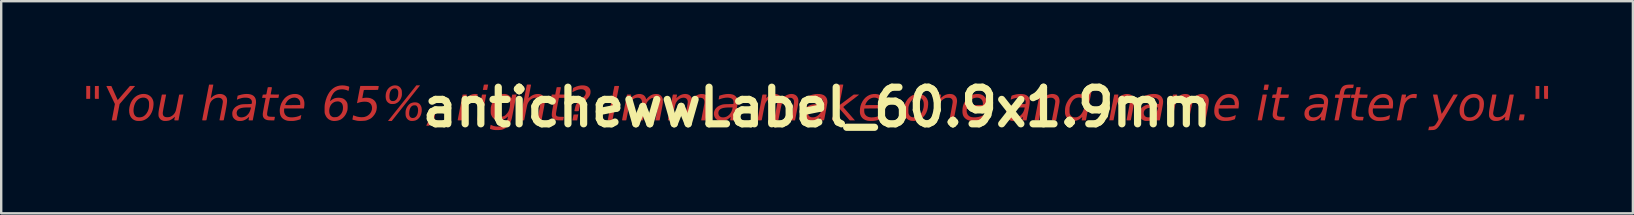
<source format=kicad_pcb>
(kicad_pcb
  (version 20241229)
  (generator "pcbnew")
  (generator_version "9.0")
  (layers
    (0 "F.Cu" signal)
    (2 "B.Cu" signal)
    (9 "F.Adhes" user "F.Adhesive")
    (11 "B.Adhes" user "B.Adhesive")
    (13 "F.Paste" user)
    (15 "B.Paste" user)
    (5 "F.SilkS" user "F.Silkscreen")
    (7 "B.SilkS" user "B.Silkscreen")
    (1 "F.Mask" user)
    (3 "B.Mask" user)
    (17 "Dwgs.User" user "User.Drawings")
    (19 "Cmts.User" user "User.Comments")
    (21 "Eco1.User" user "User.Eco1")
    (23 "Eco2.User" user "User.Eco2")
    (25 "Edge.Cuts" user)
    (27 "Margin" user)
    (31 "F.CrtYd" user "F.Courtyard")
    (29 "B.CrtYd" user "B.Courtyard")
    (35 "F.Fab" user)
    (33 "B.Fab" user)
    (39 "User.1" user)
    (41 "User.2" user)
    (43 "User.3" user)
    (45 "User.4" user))
  (footprint "antichewwLabel_60.9x1.9mm"
    (layer "F.Cu")
    (at 30.988 1.418)
    (property "Reference" "antichewwLabel_60.9x1.9mm" (at 0 0 0) (layer "F.SilkS") (effects (font (size 1.524 1.524) (thickness 0.3))))
    (attr through_hole)
    (fp_poly (pts (xy 30.092 -0.884) (xy 30.092 -0.353) (xy 29.931 -0.348) (xy 29.931 -0.888)) (stroke (width 0) (type solid)) (fill yes) (layer "F.Cu"))
    (fp_poly (pts (xy -30.281 -0.62) (xy -30.283 -0.353) (xy -30.364 -0.35) (xy -30.445 -0.348) (xy -30.445 -0.888) (xy -30.279 -0.888)) (stroke (width 0) (type solid)) (fill yes) (layer "F.Cu"))
    (fp_poly (pts (xy -29.922 -0.349) (xy -30.001 -0.349) (xy -30.043 -0.349) (xy -30.07 -0.352) (xy -30.083 -0.357) (xy -30.085 -0.359) (xy -30.085 -0.37) (xy -30.086 -0.395) (xy -30.087 -0.432) (xy -30.087 -0.48) (xy -30.087 -0.536) (xy -30.087 -0.598) (xy -30.086 -0.627) (xy -30.084 -0.884) (xy -29.922 -0.888)) (stroke (width 0) (type solid)) (fill yes) (layer "F.Cu"))
    (fp_poly (pts (xy -9.952 0.321) (xy -9.955 0.338) (xy -9.96 0.368) (xy -9.967 0.405) (xy -9.975 0.446) (xy -9.994 0.548) (xy -10.19 0.548) (xy -10.185 0.517) (xy -10.181 0.496) (xy -10.175 0.463) (xy -10.168 0.424) (xy -10.162 0.394) (xy -10.144 0.303) (xy -10.045 0.301) (xy -9.947 0.298)) (stroke (width 0) (type solid)) (fill yes) (layer "F.Cu"))
    (fp_poly (pts (xy 30.453 -0.349) (xy 30.376 -0.349) (xy 30.342 -0.349) (xy 30.314 -0.351) (xy 30.297 -0.353) (xy 30.293 -0.354) (xy 30.292 -0.363) (xy 30.29 -0.387) (xy 30.289 -0.424) (xy 30.289 -0.471) (xy 30.288 -0.526) (xy 30.288 -0.588) (xy 30.287 -0.624) (xy 30.287 -0.888) (xy 30.453 -0.888)) (stroke (width 0) (type solid)) (fill yes) (layer "F.Cu"))
    (fp_poly (pts (xy -13.75 -0.946) (xy -13.724 -0.945) (xy -13.709 -0.943) (xy -13.702 -0.94) (xy -13.701 -0.933) (xy -13.703 -0.927) (xy -13.706 -0.912) (xy -13.712 -0.884) (xy -13.719 -0.849) (xy -13.725 -0.815) (xy -13.744 -0.722) (xy -13.922 -0.722) (xy -13.902 -0.824) (xy -13.895 -0.863) (xy -13.888 -0.898) (xy -13.884 -0.923) (xy -13.883 -0.935) (xy -13.883 -0.936) (xy -13.878 -0.94) (xy -13.862 -0.944) (xy -13.833 -0.945) (xy -13.79 -0.946)) (stroke (width 0) (type solid)) (fill yes) (layer "F.Cu"))
    (fp_poly (pts (xy -16.635 -0.79) (xy -16.655 -0.765) (xy -16.684 -0.729) (xy -16.721 -0.682) (xy -16.766 -0.625) (xy -16.818 -0.56) (xy -16.876 -0.488) (xy -16.938 -0.409) (xy -17.004 -0.325) (xy -17.074 -0.238) (xy -17.146 -0.148) (xy -17.219 -0.056) (xy -17.226 -0.047) (xy -17.719 0.573) (xy -17.875 0.573) (xy -17.84 0.529) (xy -17.83 0.517) (xy -17.811 0.492) (xy -17.783 0.457) (xy -17.746 0.411) (xy -17.702 0.356) (xy -17.651 0.292) (xy -17.595 0.221) (xy -17.533 0.143) (xy -17.466 0.06) (xy -17.396 -0.029) (xy -17.323 -0.121) (xy -17.249 -0.214) (xy -16.692 -0.913) (xy -16.538 -0.913)) (stroke (width 0) (type solid)) (fill yes) (layer "F.Cu"))
    (fp_poly (pts (xy -15.977 0.299) (xy -15.945 0.3) (xy -15.923 0.301) (xy -15.914 0.303) (xy -15.914 0.312) (xy -15.916 0.334) (xy -15.921 0.365) (xy -15.925 0.387) (xy -15.941 0.467) (xy -16.047 0.618) (xy -16.153 0.768) (xy -16.217 0.77) (xy -16.247 0.771) (xy -16.269 0.771) (xy -16.28 0.77) (xy -16.281 0.769) (xy -16.277 0.761) (xy -16.268 0.74) (xy -16.254 0.709) (xy -16.237 0.67) (xy -16.217 0.624) (xy -16.213 0.618) (xy -16.186 0.556) (xy -16.166 0.506) (xy -16.15 0.464) (xy -16.139 0.426) (xy -16.13 0.388) (xy -16.129 0.384) (xy -16.112 0.299) (xy -16.015 0.299)) (stroke (width 0) (type solid)) (fill yes) (layer "F.Cu"))
    (fp_poly (pts (xy 18.796 -0.944) (xy 18.815 -0.941) (xy 18.82 -0.939) (xy 18.818 -0.929) (xy 18.814 -0.905) (xy 18.807 -0.872) (xy 18.8 -0.833) (xy 18.799 -0.83) (xy 18.791 -0.791) (xy 18.785 -0.758) (xy 18.78 -0.735) (xy 18.778 -0.725) (xy 18.778 -0.725) (xy 18.771 -0.724) (xy 18.75 -0.723) (xy 18.719 -0.722) (xy 18.691 -0.722) (xy 18.652 -0.722) (xy 18.627 -0.723) (xy 18.613 -0.725) (xy 18.606 -0.729) (xy 18.605 -0.736) (xy 18.605 -0.741) (xy 18.607 -0.756) (xy 18.611 -0.784) (xy 18.617 -0.819) (xy 18.623 -0.851) (xy 18.641 -0.942) (xy 18.731 -0.944) (xy 18.767 -0.944)) (stroke (width 0) (type solid)) (fill yes) (layer "F.Cu"))
    (fp_poly (pts (xy 29.413 0.299) (xy 29.445 0.3) (xy 29.467 0.301) (xy 29.476 0.303) (xy 29.476 0.312) (xy 29.473 0.334) (xy 29.468 0.365) (xy 29.462 0.402) (xy 29.455 0.441) (xy 29.448 0.478) (xy 29.441 0.511) (xy 29.437 0.529) (xy 29.434 0.537) (xy 29.429 0.542) (xy 29.418 0.545) (xy 29.399 0.547) (xy 29.368 0.548) (xy 29.333 0.548) (xy 29.288 0.547) (xy 29.257 0.545) (xy 29.239 0.542) (xy 29.234 0.538) (xy 29.234 0.538) (xy 29.235 0.526) (xy 29.239 0.502) (xy 29.245 0.467) (xy 29.253 0.427) (xy 29.255 0.413) (xy 29.277 0.299) (xy 29.374 0.299)) (stroke (width 0) (type solid)) (fill yes) (layer "F.Cu"))
    (fp_poly (pts (xy 18.689 -0.531) (xy 18.714 -0.53) (xy 18.729 -0.527) (xy 18.735 -0.523) (xy 18.737 -0.517) (xy 18.735 -0.506) (xy 18.731 -0.481) (xy 18.723 -0.442) (xy 18.714 -0.391) (xy 18.702 -0.329) (xy 18.688 -0.259) (xy 18.673 -0.18) (xy 18.657 -0.095) (xy 18.639 -0.005) (xy 18.634 0.021) (xy 18.532 0.544) (xy 18.443 0.546) (xy 18.407 0.546) (xy 18.378 0.545) (xy 18.36 0.543) (xy 18.355 0.541) (xy 18.357 0.532) (xy 18.361 0.509) (xy 18.368 0.473) (xy 18.377 0.425) (xy 18.388 0.368) (xy 18.401 0.303) (xy 18.414 0.231) (xy 18.429 0.155) (xy 18.444 0.077) (xy 18.46 -0.003) (xy 18.475 -0.082) (xy 18.49 -0.159) (xy 18.504 -0.232) (xy 18.518 -0.3) (xy 18.529 -0.36) (xy 18.54 -0.411) (xy 18.548 -0.452) (xy 18.553 -0.481) (xy 18.555 -0.488) (xy 18.564 -0.531) (xy 18.65 -0.531)) (stroke (width 0) (type solid)) (fill yes) (layer "F.Cu"))
    (fp_poly (pts (xy -8.302 -0.888) (xy -8.274 -0.887) (xy -8.258 -0.885) (xy -8.251 -0.882) (xy -8.249 -0.876) (xy -8.25 -0.869) (xy -8.252 -0.858) (xy -8.257 -0.833) (xy -8.265 -0.793) (xy -8.275 -0.74) (xy -8.287 -0.677) (xy -8.302 -0.603) (xy -8.318 -0.52) (xy -8.335 -0.429) (xy -8.354 -0.332) (xy -8.374 -0.229) (xy -8.389 -0.151) (xy -8.525 0.548) (xy -8.722 0.548) (xy -8.718 0.525) (xy -8.715 0.513) (xy -8.71 0.487) (xy -8.702 0.446) (xy -8.692 0.394) (xy -8.68 0.329) (xy -8.665 0.255) (xy -8.649 0.172) (xy -8.631 0.081) (xy -8.612 -0.016) (xy -8.593 -0.118) (xy -8.58 -0.183) (xy -8.56 -0.287) (xy -8.54 -0.387) (xy -8.522 -0.481) (xy -8.505 -0.567) (xy -8.49 -0.646) (xy -8.476 -0.715) (xy -8.464 -0.774) (xy -8.455 -0.82) (xy -8.448 -0.854) (xy -8.444 -0.873) (xy -8.443 -0.878) (xy -8.436 -0.882) (xy -8.417 -0.886) (xy -8.384 -0.887) (xy -8.343 -0.888)) (stroke (width 0) (type solid)) (fill yes) (layer "F.Cu"))
    (fp_poly (pts (xy -13.825 -0.53) (xy -13.796 -0.528) (xy -13.783 -0.523) (xy -13.783 -0.522) (xy -13.784 -0.513) (xy -13.789 -0.489) (xy -13.796 -0.452) (xy -13.805 -0.404) (xy -13.816 -0.346) (xy -13.829 -0.281) (xy -13.843 -0.209) (xy -13.857 -0.132) (xy -13.873 -0.053) (xy -13.888 0.027) (xy -13.904 0.107) (xy -13.919 0.185) (xy -13.934 0.259) (xy -13.947 0.327) (xy -13.959 0.388) (xy -13.97 0.441) (xy -13.978 0.483) (xy -13.984 0.512) (xy -13.987 0.528) (xy -13.988 0.529) (xy -13.99 0.537) (xy -13.996 0.543) (xy -14.009 0.546) (xy -14.03 0.547) (xy -14.064 0.548) (xy -14.078 0.548) (xy -14.12 0.547) (xy -14.147 0.545) (xy -14.161 0.542) (xy -14.165 0.537) (xy -14.163 0.528) (xy -14.159 0.503) (xy -14.152 0.466) (xy -14.143 0.418) (xy -14.132 0.36) (xy -14.119 0.294) (xy -14.105 0.222) (xy -14.09 0.145) (xy -14.075 0.066) (xy -14.059 -0.015) (xy -14.044 -0.095) (xy -14.029 -0.173) (xy -14.014 -0.247) (xy -14.001 -0.315) (xy -13.989 -0.377) (xy -13.978 -0.429) (xy -13.97 -0.47) (xy -13.964 -0.5) (xy -13.961 -0.515) (xy -13.96 -0.517) (xy -13.956 -0.523) (xy -13.947 -0.527) (xy -13.93 -0.53) (xy -13.902 -0.531) (xy -13.869 -0.531)) (stroke (width 0) (type solid)) (fill yes) (layer "F.Cu"))
    (fp_poly (pts (xy -28.478 -0.888) (xy -28.445 -0.887) (xy -28.422 -0.885) (xy -28.412 -0.884) (xy -28.412 -0.883) (xy -28.417 -0.876) (xy -28.433 -0.858) (xy -28.457 -0.829) (xy -28.489 -0.791) (xy -28.528 -0.745) (xy -28.574 -0.692) (xy -28.624 -0.633) (xy -28.679 -0.57) (xy -28.734 -0.506) (xy -29.055 -0.134) (xy -29.087 0.03) (xy -29.099 0.094) (xy -29.113 0.167) (xy -29.128 0.244) (xy -29.142 0.318) (xy -29.152 0.371) (xy -29.186 0.548) (xy -29.285 0.548) (xy -29.327 0.548) (xy -29.354 0.547) (xy -29.371 0.545) (xy -29.378 0.542) (xy -29.38 0.536) (xy -29.379 0.529) (xy -29.377 0.517) (xy -29.371 0.49) (xy -29.364 0.451) (xy -29.354 0.402) (xy -29.343 0.343) (xy -29.33 0.277) (xy -29.316 0.207) (xy -29.313 0.188) (xy -29.251 -0.135) (xy -29.429 -0.508) (xy -29.464 -0.581) (xy -29.497 -0.65) (xy -29.526 -0.712) (xy -29.552 -0.767) (xy -29.574 -0.813) (xy -29.591 -0.849) (xy -29.602 -0.873) (xy -29.607 -0.884) (xy -29.607 -0.884) (xy -29.599 -0.886) (xy -29.578 -0.886) (xy -29.547 -0.887) (xy -29.508 -0.886) (xy -29.503 -0.886) (xy -29.399 -0.884) (xy -29.278 -0.618) (xy -29.25 -0.555) (xy -29.223 -0.496) (xy -29.199 -0.442) (xy -29.178 -0.396) (xy -29.162 -0.36) (xy -29.15 -0.335) (xy -29.146 -0.325) (xy -29.134 -0.297) (xy -28.879 -0.593) (xy -28.624 -0.888) (xy -28.518 -0.888)) (stroke (width 0) (type solid)) (fill yes) (layer "F.Cu"))
    (fp_poly (pts (xy -16.686 -0.2) (xy -16.631 -0.184) (xy -16.625 -0.182) (xy -16.571 -0.148) (xy -16.528 -0.101) (xy -16.496 -0.044) (xy -16.475 0.022) (xy -16.467 0.098) (xy -16.471 0.181) (xy -16.471 0.182) (xy -16.489 0.273) (xy -16.519 0.353) (xy -16.559 0.419) (xy -16.609 0.476) (xy -16.662 0.519) (xy -16.721 0.548) (xy -16.789 0.565) (xy -16.845 0.57) (xy -16.889 0.571) (xy -16.922 0.569) (xy -16.949 0.563) (xy -16.967 0.558) (xy -17.024 0.529) (xy -17.072 0.487) (xy -17.109 0.433) (xy -17.132 0.375) (xy -17.139 0.339) (xy -17.143 0.291) (xy -17.144 0.249) (xy -16.993 0.249) (xy -16.989 0.313) (xy -16.975 0.365) (xy -16.95 0.405) (xy -16.916 0.432) (xy -16.872 0.446) (xy -16.845 0.448) (xy -16.806 0.444) (xy -16.77 0.434) (xy -16.766 0.432) (xy -16.722 0.403) (xy -16.684 0.36) (xy -16.655 0.305) (xy -16.634 0.241) (xy -16.63 0.216) (xy -16.621 0.135) (xy -16.624 0.066) (xy -16.638 0.009) (xy -16.663 -0.035) (xy -16.671 -0.044) (xy -16.689 -0.063) (xy -16.705 -0.073) (xy -16.724 -0.078) (xy -16.754 -0.081) (xy -16.756 -0.081) (xy -16.814 -0.078) (xy -16.863 -0.06) (xy -16.905 -0.027) (xy -16.939 0.02) (xy -16.966 0.082) (xy -16.984 0.157) (xy -16.986 0.174) (xy -16.993 0.249) (xy -17.144 0.249) (xy -17.144 0.238) (xy -17.142 0.186) (xy -17.137 0.139) (xy -17.135 0.126) (xy -17.115 0.06) (xy -17.084 -0.005) (xy -17.044 -0.064) (xy -16.999 -0.115) (xy -16.949 -0.154) (xy -16.938 -0.16) (xy -16.879 -0.185) (xy -16.815 -0.2) (xy -16.749 -0.205)) (stroke (width 0) (type solid)) (fill yes) (layer "F.Cu"))
    (fp_poly (pts (xy -17.547 -0.911) (xy -17.481 -0.898) (xy -17.422 -0.87) (xy -17.372 -0.83) (xy -17.333 -0.776) (xy -17.321 -0.752) (xy -17.31 -0.727) (xy -17.303 -0.703) (xy -17.299 -0.677) (xy -17.296 -0.642) (xy -17.295 -0.606) (xy -17.294 -0.543) (xy -17.298 -0.493) (xy -17.304 -0.454) (xy -17.33 -0.377) (xy -17.368 -0.307) (xy -17.417 -0.246) (xy -17.474 -0.197) (xy -17.54 -0.16) (xy -17.586 -0.144) (xy -17.619 -0.138) (xy -17.659 -0.135) (xy -17.701 -0.134) (xy -17.74 -0.135) (xy -17.77 -0.139) (xy -17.774 -0.141) (xy -17.83 -0.166) (xy -17.881 -0.203) (xy -17.922 -0.25) (xy -17.938 -0.278) (xy -17.956 -0.327) (xy -17.968 -0.387) (xy -17.971 -0.435) (xy -17.814 -0.435) (xy -17.812 -0.395) (xy -17.809 -0.367) (xy -17.805 -0.347) (xy -17.797 -0.33) (xy -17.788 -0.316) (xy -17.769 -0.293) (xy -17.747 -0.274) (xy -17.738 -0.269) (xy -17.698 -0.259) (xy -17.651 -0.258) (xy -17.606 -0.267) (xy -17.583 -0.277) (xy -17.538 -0.309) (xy -17.502 -0.355) (xy -17.474 -0.413) (xy -17.456 -0.481) (xy -17.447 -0.559) (xy -17.447 -0.581) (xy -17.447 -0.623) (xy -17.449 -0.652) (xy -17.454 -0.675) (xy -17.461 -0.695) (xy -17.467 -0.709) (xy -17.492 -0.747) (xy -17.521 -0.772) (xy -17.558 -0.784) (xy -17.572 -0.786) (xy -17.628 -0.784) (xy -17.678 -0.767) (xy -17.722 -0.737) (xy -17.757 -0.694) (xy -17.785 -0.639) (xy -17.804 -0.573) (xy -17.814 -0.497) (xy -17.814 -0.435) (xy -17.971 -0.435) (xy -17.972 -0.453) (xy -17.969 -0.521) (xy -17.959 -0.586) (xy -17.952 -0.614) (xy -17.922 -0.691) (xy -17.88 -0.759) (xy -17.828 -0.816) (xy -17.767 -0.86) (xy -17.699 -0.892) (xy -17.626 -0.909) (xy -17.549 -0.911)) (stroke (width 0) (type solid)) (fill yes) (layer "F.Cu"))
    (fp_poly (pts (xy -14.22 -0.553) (xy -14.188 -0.55) (xy -14.162 -0.546) (xy -14.146 -0.542) (xy -14.145 -0.542) (xy -14.14 -0.536) (xy -14.139 -0.523) (xy -14.141 -0.501) (xy -14.147 -0.467) (xy -14.15 -0.452) (xy -14.157 -0.418) (xy -14.162 -0.39) (xy -14.166 -0.372) (xy -14.168 -0.368) (xy -14.176 -0.369) (xy -14.194 -0.375) (xy -14.206 -0.379) (xy -14.237 -0.386) (xy -14.277 -0.389) (xy -14.319 -0.388) (xy -14.388 -0.38) (xy -14.448 -0.36) (xy -14.502 -0.326) (xy -14.548 -0.284) (xy -14.573 -0.257) (xy -14.595 -0.23) (xy -14.614 -0.202) (xy -14.63 -0.172) (xy -14.646 -0.137) (xy -14.66 -0.095) (xy -14.674 -0.046) (xy -14.688 0.013) (xy -14.704 0.084) (xy -14.721 0.169) (xy -14.733 0.23) (xy -14.746 0.297) (xy -14.758 0.359) (xy -14.769 0.414) (xy -14.779 0.461) (xy -14.786 0.497) (xy -14.791 0.521) (xy -14.793 0.529) (xy -14.795 0.537) (xy -14.801 0.543) (xy -14.813 0.546) (xy -14.835 0.547) (xy -14.869 0.548) (xy -14.883 0.548) (xy -14.922 0.547) (xy -14.947 0.546) (xy -14.962 0.544) (xy -14.968 0.539) (xy -14.969 0.533) (xy -14.968 0.523) (xy -14.963 0.497) (xy -14.956 0.458) (xy -14.947 0.408) (xy -14.935 0.346) (xy -14.921 0.275) (xy -14.906 0.197) (xy -14.89 0.112) (xy -14.872 0.022) (xy -14.867 -0.004) (xy -14.765 -0.527) (xy -14.676 -0.529) (xy -14.635 -0.53) (xy -14.608 -0.529) (xy -14.593 -0.526) (xy -14.588 -0.522) (xy -14.588 -0.521) (xy -14.59 -0.508) (xy -14.594 -0.484) (xy -14.6 -0.456) (xy -14.606 -0.427) (xy -14.611 -0.403) (xy -14.612 -0.391) (xy -14.607 -0.392) (xy -14.592 -0.401) (xy -14.571 -0.419) (xy -14.559 -0.43) (xy -14.489 -0.483) (xy -14.414 -0.522) (xy -14.334 -0.546) (xy -14.252 -0.554)) (stroke (width 0) (type solid)) (fill yes) (layer "F.Cu"))
    (fp_poly (pts (xy 24.915 -0.553) (xy 24.949 -0.55) (xy 24.975 -0.546) (xy 24.988 -0.54) (xy 24.989 -0.53) (xy 24.987 -0.508) (xy 24.984 -0.478) (xy 24.978 -0.445) (xy 24.973 -0.412) (xy 24.966 -0.384) (xy 24.964 -0.376) (xy 24.958 -0.371) (xy 24.942 -0.373) (xy 24.923 -0.379) (xy 24.893 -0.386) (xy 24.856 -0.389) (xy 24.808 -0.388) (xy 24.768 -0.386) (xy 24.738 -0.381) (xy 24.712 -0.373) (xy 24.684 -0.36) (xy 24.678 -0.357) (xy 24.615 -0.316) (xy 24.56 -0.261) (xy 24.512 -0.195) (xy 24.476 -0.119) (xy 24.466 -0.091) (xy 24.461 -0.073) (xy 24.453 -0.04) (xy 24.443 0.005) (xy 24.431 0.059) (xy 24.418 0.121) (xy 24.404 0.188) (xy 24.392 0.249) (xy 24.333 0.544) (xy 24.243 0.546) (xy 24.154 0.548) (xy 24.159 0.525) (xy 24.162 0.509) (xy 24.168 0.479) (xy 24.176 0.437) (xy 24.187 0.384) (xy 24.199 0.323) (xy 24.212 0.254) (xy 24.226 0.18) (xy 24.241 0.103) (xy 24.257 0.023) (xy 24.273 -0.057) (xy 24.288 -0.137) (xy 24.303 -0.213) (xy 24.316 -0.284) (xy 24.329 -0.35) (xy 24.34 -0.407) (xy 24.349 -0.456) (xy 24.357 -0.492) (xy 24.361 -0.516) (xy 24.363 -0.526) (xy 24.363 -0.526) (xy 24.37 -0.528) (xy 24.391 -0.53) (xy 24.422 -0.531) (xy 24.45 -0.531) (xy 24.491 -0.531) (xy 24.517 -0.529) (xy 24.532 -0.523) (xy 24.537 -0.509) (xy 24.534 -0.485) (xy 24.526 -0.448) (xy 24.524 -0.439) (xy 24.519 -0.41) (xy 24.516 -0.387) (xy 24.515 -0.376) (xy 24.515 -0.376) (xy 24.522 -0.379) (xy 24.532 -0.392) (xy 24.533 -0.392) (xy 24.552 -0.414) (xy 24.582 -0.441) (xy 24.618 -0.468) (xy 24.657 -0.493) (xy 24.694 -0.513) (xy 24.698 -0.515) (xy 24.736 -0.529) (xy 24.779 -0.542) (xy 24.807 -0.548) (xy 24.84 -0.552) (xy 24.877 -0.554)) (stroke (width 0) (type solid)) (fill yes) (layer "F.Cu"))
    (fp_poly (pts (xy -27.97 -0.548) (xy -27.896 -0.529) (xy -27.829 -0.497) (xy -27.77 -0.454) (xy -27.721 -0.401) (xy -27.682 -0.337) (xy -27.655 -0.264) (xy -27.652 -0.25) (xy -27.645 -0.212) (xy -27.642 -0.172) (xy -27.642 -0.126) (xy -27.643 -0.096) (xy -27.656 0.014) (xy -27.68 0.117) (xy -27.716 0.212) (xy -27.763 0.299) (xy -27.819 0.376) (xy -27.884 0.442) (xy -27.957 0.495) (xy -28.037 0.536) (xy -28.118 0.56) (xy -28.166 0.567) (xy -28.222 0.571) (xy -28.279 0.571) (xy -28.331 0.567) (xy -28.374 0.56) (xy -28.378 0.559) (xy -28.451 0.532) (xy -28.514 0.492) (xy -28.566 0.439) (xy -28.607 0.376) (xy -28.637 0.302) (xy -28.654 0.219) (xy -28.659 0.127) (xy -28.659 0.115) (xy -28.476 0.115) (xy -28.473 0.193) (xy -28.459 0.261) (xy -28.435 0.318) (xy -28.401 0.363) (xy -28.356 0.396) (xy -28.329 0.408) (xy -28.281 0.418) (xy -28.224 0.421) (xy -28.166 0.415) (xy -28.112 0.402) (xy -28.105 0.399) (xy -28.045 0.368) (xy -27.988 0.321) (xy -27.938 0.263) (xy -27.895 0.194) (xy -27.861 0.116) (xy -27.846 0.068) (xy -27.837 0.022) (xy -27.831 -0.032) (xy -27.828 -0.09) (xy -27.828 -0.146) (xy -27.831 -0.197) (xy -27.838 -0.239) (xy -27.842 -0.253) (xy -27.869 -0.307) (xy -27.907 -0.35) (xy -27.955 -0.38) (xy -28.013 -0.398) (xy -28.078 -0.402) (xy -28.121 -0.398) (xy -28.193 -0.379) (xy -28.259 -0.345) (xy -28.317 -0.297) (xy -28.368 -0.237) (xy -28.41 -0.164) (xy -28.442 -0.082) (xy -28.464 0.011) (xy -28.467 0.027) (xy -28.476 0.115) (xy -28.659 0.115) (xy -28.658 0.104) (xy -28.646 -0.002) (xy -28.621 -0.102) (xy -28.585 -0.197) (xy -28.537 -0.283) (xy -28.479 -0.36) (xy -28.413 -0.425) (xy -28.338 -0.478) (xy -28.301 -0.497) (xy -28.215 -0.531) (xy -28.131 -0.55) (xy -28.049 -0.556)) (stroke (width 0) (type solid)) (fill yes) (layer "F.Cu"))
    (fp_poly (pts (xy -9.67 -0.904) (xy -9.597 -0.883) (xy -9.588 -0.879) (xy -9.542 -0.853) (xy -9.501 -0.816) (xy -9.467 -0.773) (xy -9.451 -0.74) (xy -9.439 -0.69) (xy -9.436 -0.633) (xy -9.442 -0.574) (xy -9.457 -0.518) (xy -9.458 -0.514) (xy -9.485 -0.462) (xy -9.525 -0.405) (xy -9.577 -0.348) (xy -9.638 -0.292) (xy -9.642 -0.288) (xy -9.682 -0.255) (xy -9.725 -0.217) (xy -9.767 -0.181) (xy -9.789 -0.161) (xy -9.821 -0.13) (xy -9.846 -0.102) (xy -9.865 -0.073) (xy -9.88 -0.039) (xy -9.892 0.003) (xy -9.905 0.057) (xy -9.908 0.073) (xy -9.916 0.107) (xy -9.922 0.136) (xy -9.927 0.154) (xy -9.929 0.158) (xy -9.939 0.162) (xy -9.961 0.164) (xy -9.993 0.166) (xy -10.02 0.166) (xy -10.06 0.166) (xy -10.086 0.164) (xy -10.1 0.161) (xy -10.106 0.157) (xy -10.107 0.154) (xy -10.105 0.141) (xy -10.101 0.116) (xy -10.094 0.082) (xy -10.086 0.044) (xy -10.074 -0.008) (xy -10.062 -0.053) (xy -10.046 -0.093) (xy -10.027 -0.13) (xy -10.002 -0.167) (xy -9.97 -0.204) (xy -9.93 -0.245) (xy -9.881 -0.291) (xy -9.82 -0.345) (xy -9.793 -0.367) (xy -9.759 -0.398) (xy -9.726 -0.429) (xy -9.699 -0.457) (xy -9.681 -0.478) (xy -9.68 -0.479) (xy -9.652 -0.528) (xy -9.639 -0.577) (xy -9.639 -0.624) (xy -9.652 -0.666) (xy -9.679 -0.702) (xy -9.717 -0.73) (xy -9.732 -0.736) (xy -9.789 -0.75) (xy -9.856 -0.75) (xy -9.93 -0.738) (xy -10.011 -0.713) (xy -10.096 -0.676) (xy -10.105 -0.671) (xy -10.14 -0.654) (xy -10.168 -0.641) (xy -10.188 -0.634) (xy -10.196 -0.633) (xy -10.196 -0.633) (xy -10.193 -0.645) (xy -10.188 -0.67) (xy -10.181 -0.702) (xy -10.177 -0.723) (xy -10.162 -0.804) (xy -10.108 -0.83) (xy -10.018 -0.868) (xy -9.927 -0.894) (xy -9.837 -0.909) (xy -9.751 -0.912)) (stroke (width 0) (type solid)) (fill yes) (layer "F.Cu"))
    (fp_poly (pts (xy 19.336 -0.836) (xy 19.355 -0.834) (xy 19.359 -0.832) (xy 19.36 -0.822) (xy 19.358 -0.799) (xy 19.353 -0.766) (xy 19.346 -0.725) (xy 19.343 -0.709) (xy 19.334 -0.665) (xy 19.326 -0.623) (xy 19.319 -0.589) (xy 19.315 -0.566) (xy 19.314 -0.562) (xy 19.309 -0.531) (xy 19.66 -0.531) (xy 19.654 -0.5) (xy 19.649 -0.472) (xy 19.642 -0.439) (xy 19.64 -0.43) (xy 19.632 -0.39) (xy 19.281 -0.386) (xy 19.221 -0.079) (xy 19.206 -0.004) (xy 19.193 0.066) (xy 19.182 0.13) (xy 19.173 0.185) (xy 19.166 0.23) (xy 19.161 0.263) (xy 19.16 0.279) (xy 19.163 0.315) (xy 19.172 0.344) (xy 19.188 0.365) (xy 19.215 0.38) (xy 19.253 0.39) (xy 19.303 0.396) (xy 19.368 0.398) (xy 19.388 0.398) (xy 19.49 0.398) (xy 19.478 0.454) (xy 19.472 0.486) (xy 19.466 0.513) (xy 19.463 0.529) (xy 19.46 0.536) (xy 19.456 0.541) (xy 19.446 0.545) (xy 19.429 0.546) (xy 19.401 0.547) (xy 19.361 0.547) (xy 19.34 0.547) (xy 19.292 0.546) (xy 19.245 0.544) (xy 19.204 0.54) (xy 19.174 0.536) (xy 19.171 0.535) (xy 19.111 0.518) (xy 19.065 0.492) (xy 19.029 0.458) (xy 19.004 0.421) (xy 18.994 0.399) (xy 18.987 0.375) (xy 18.983 0.348) (xy 18.981 0.316) (xy 18.982 0.278) (xy 18.987 0.232) (xy 18.995 0.176) (xy 19.006 0.109) (xy 19.02 0.029) (xy 19.039 -0.065) (xy 19.043 -0.087) (xy 19.056 -0.155) (xy 19.069 -0.218) (xy 19.08 -0.273) (xy 19.089 -0.32) (xy 19.096 -0.356) (xy 19.1 -0.379) (xy 19.102 -0.388) (xy 19.102 -0.388) (xy 19.094 -0.389) (xy 19.074 -0.389) (xy 19.044 -0.39) (xy 19.027 -0.39) (xy 18.953 -0.39) (xy 18.958 -0.417) (xy 18.963 -0.442) (xy 18.97 -0.473) (xy 18.973 -0.485) (xy 18.982 -0.527) (xy 19.055 -0.531) (xy 19.129 -0.535) (xy 19.189 -0.834) (xy 19.271 -0.836) (xy 19.307 -0.837)) (stroke (width 0) (type solid)) (fill yes) (layer "F.Cu"))
    (fp_poly (pts (xy 4.265 -0.553) (xy 4.347 -0.538) (xy 4.42 -0.51) (xy 4.484 -0.47) (xy 4.538 -0.417) (xy 4.582 -0.352) (xy 4.613 -0.277) (xy 4.619 -0.255) (xy 4.625 -0.225) (xy 4.629 -0.193) (xy 4.629 -0.152) (xy 4.628 -0.1) (xy 4.628 -0.1) (xy 4.616 0.013) (xy 4.592 0.118) (xy 4.557 0.215) (xy 4.51 0.302) (xy 4.453 0.379) (xy 4.386 0.445) (xy 4.31 0.498) (xy 4.226 0.538) (xy 4.169 0.556) (xy 4.111 0.567) (xy 4.047 0.572) (xy 3.982 0.571) (xy 3.923 0.565) (xy 3.888 0.557) (xy 3.816 0.528) (xy 3.754 0.487) (xy 3.703 0.434) (xy 3.662 0.37) (xy 3.633 0.297) (xy 3.616 0.215) (xy 3.611 0.127) (xy 3.611 0.124) (xy 3.805 0.124) (xy 3.805 0.175) (xy 3.806 0.212) (xy 3.808 0.239) (xy 3.811 0.259) (xy 3.816 0.276) (xy 3.823 0.294) (xy 3.824 0.295) (xy 3.853 0.344) (xy 3.889 0.381) (xy 3.933 0.405) (xy 3.988 0.418) (xy 4.054 0.42) (xy 4.058 0.42) (xy 4.101 0.415) (xy 4.144 0.406) (xy 4.166 0.399) (xy 4.229 0.367) (xy 4.286 0.32) (xy 4.336 0.26) (xy 4.379 0.19) (xy 4.412 0.111) (xy 4.434 0.025) (xy 4.436 0.019) (xy 4.445 -0.058) (xy 4.447 -0.132) (xy 4.441 -0.2) (xy 4.427 -0.259) (xy 4.414 -0.291) (xy 4.394 -0.321) (xy 4.365 -0.35) (xy 4.334 -0.374) (xy 4.316 -0.383) (xy 4.265 -0.396) (xy 4.206 -0.402) (xy 4.15 -0.398) (xy 4.078 -0.378) (xy 4.012 -0.344) (xy 3.954 -0.295) (xy 3.902 -0.232) (xy 3.859 -0.157) (xy 3.825 -0.069) (xy 3.824 -0.066) (xy 3.816 -0.04) (xy 3.811 -0.014) (xy 3.807 0.013) (xy 3.805 0.048) (xy 3.805 0.092) (xy 3.805 0.124) (xy 3.611 0.124) (xy 3.618 0.045) (xy 3.64 -0.064) (xy 3.674 -0.165) (xy 3.719 -0.256) (xy 3.774 -0.336) (xy 3.839 -0.406) (xy 3.912 -0.463) (xy 3.993 -0.507) (xy 4.081 -0.537) (xy 4.175 -0.553) (xy 4.176 -0.553)) (stroke (width 0) (type solid)) (fill yes) (layer "F.Cu"))
    (fp_poly (pts (xy 27.418 -0.553) (xy 27.475 -0.544) (xy 27.54 -0.526) (xy 27.595 -0.498) (xy 27.647 -0.46) (xy 27.658 -0.45) (xy 27.705 -0.4) (xy 27.74 -0.348) (xy 27.764 -0.29) (xy 27.778 -0.224) (xy 27.783 -0.146) (xy 27.783 -0.133) (xy 27.775 -0.018) (xy 27.754 0.09) (xy 27.72 0.191) (xy 27.674 0.284) (xy 27.615 0.366) (xy 27.593 0.39) (xy 27.526 0.453) (xy 27.457 0.501) (xy 27.382 0.537) (xy 27.361 0.545) (xy 27.312 0.558) (xy 27.255 0.566) (xy 27.194 0.571) (xy 27.135 0.571) (xy 27.083 0.566) (xy 27.054 0.56) (xy 26.978 0.531) (xy 26.912 0.489) (xy 26.857 0.435) (xy 26.815 0.371) (xy 26.786 0.296) (xy 26.777 0.262) (xy 26.771 0.216) (xy 26.768 0.16) (xy 26.769 0.12) (xy 26.953 0.12) (xy 26.955 0.175) (xy 26.96 0.226) (xy 26.968 0.268) (xy 26.972 0.283) (xy 26.998 0.334) (xy 27.036 0.374) (xy 27.084 0.403) (xy 27.141 0.419) (xy 27.206 0.422) (xy 27.269 0.414) (xy 27.337 0.391) (xy 27.399 0.354) (xy 27.455 0.302) (xy 27.505 0.238) (xy 27.546 0.161) (xy 27.575 0.083) (xy 27.583 0.056) (xy 27.589 0.031) (xy 27.592 0.003) (xy 27.594 -0.031) (xy 27.595 -0.075) (xy 27.595 -0.108) (xy 27.595 -0.158) (xy 27.594 -0.194) (xy 27.592 -0.221) (xy 27.589 -0.24) (xy 27.584 -0.257) (xy 27.577 -0.273) (xy 27.575 -0.276) (xy 27.545 -0.325) (xy 27.51 -0.36) (xy 27.465 -0.383) (xy 27.408 -0.398) (xy 27.407 -0.398) (xy 27.334 -0.402) (xy 27.265 -0.39) (xy 27.2 -0.364) (xy 27.14 -0.324) (xy 27.086 -0.271) (xy 27.04 -0.207) (xy 27.002 -0.133) (xy 26.974 -0.049) (xy 26.96 0.019) (xy 26.955 0.066) (xy 26.953 0.12) (xy 26.769 0.12) (xy 26.769 0.1) (xy 26.773 0.042) (xy 26.78 -0.008) (xy 26.781 -0.013) (xy 26.81 -0.119) (xy 26.851 -0.215) (xy 26.903 -0.302) (xy 26.964 -0.377) (xy 27.034 -0.441) (xy 27.112 -0.491) (xy 27.198 -0.527) (xy 27.264 -0.544) (xy 27.344 -0.554)) (stroke (width 0) (type solid)) (fill yes) (layer "F.Cu"))
    (fp_poly (pts (xy 22.237 -0.944) (xy 22.36 -0.942) (xy 22.347 -0.871) (xy 22.334 -0.801) (xy 22.205 -0.796) (xy 22.148 -0.794) (xy 22.104 -0.79) (xy 22.071 -0.785) (xy 22.047 -0.776) (xy 22.029 -0.764) (xy 22.014 -0.748) (xy 22.007 -0.74) (xy 21.993 -0.718) (xy 21.982 -0.694) (xy 21.972 -0.663) (xy 21.961 -0.622) (xy 21.956 -0.6) (xy 21.941 -0.531) (xy 22.232 -0.531) (xy 22.226 -0.5) (xy 22.221 -0.472) (xy 22.214 -0.439) (xy 22.212 -0.429) (xy 22.204 -0.39) (xy 22.06 -0.39) (xy 22.008 -0.39) (xy 21.971 -0.39) (xy 21.945 -0.389) (xy 21.928 -0.387) (xy 21.919 -0.383) (xy 21.915 -0.379) (xy 21.912 -0.372) (xy 21.912 -0.371) (xy 21.91 -0.36) (xy 21.905 -0.334) (xy 21.897 -0.294) (xy 21.887 -0.243) (xy 21.875 -0.182) (xy 21.862 -0.113) (xy 21.847 -0.037) (xy 21.831 0.045) (xy 21.824 0.083) (xy 21.808 0.166) (xy 21.793 0.245) (xy 21.778 0.317) (xy 21.766 0.381) (xy 21.755 0.436) (xy 21.746 0.481) (xy 21.74 0.512) (xy 21.736 0.53) (xy 21.735 0.533) (xy 21.732 0.54) (xy 21.723 0.544) (xy 21.705 0.546) (xy 21.677 0.547) (xy 21.645 0.548) (xy 21.604 0.547) (xy 21.577 0.545) (xy 21.562 0.542) (xy 21.558 0.537) (xy 21.558 0.537) (xy 21.56 0.527) (xy 21.564 0.502) (xy 21.571 0.464) (xy 21.581 0.414) (xy 21.592 0.355) (xy 21.605 0.286) (xy 21.62 0.21) (xy 21.636 0.129) (xy 21.645 0.079) (xy 21.662 -0.005) (xy 21.677 -0.084) (xy 21.691 -0.157) (xy 21.703 -0.222) (xy 21.714 -0.278) (xy 21.722 -0.323) (xy 21.729 -0.356) (xy 21.732 -0.374) (xy 21.732 -0.378) (xy 21.728 -0.384) (xy 21.713 -0.388) (xy 21.686 -0.39) (xy 21.651 -0.392) (xy 21.57 -0.394) (xy 21.594 -0.531) (xy 21.764 -0.531) (xy 21.77 -0.566) (xy 21.781 -0.622) (xy 21.797 -0.681) (xy 21.816 -0.735) (xy 21.832 -0.772) (xy 21.863 -0.823) (xy 21.899 -0.864) (xy 21.944 -0.896) (xy 21.997 -0.919) (xy 22.061 -0.934) (xy 22.137 -0.942) (xy 22.227 -0.944)) (stroke (width 0) (type solid)) (fill yes) (layer "F.Cu"))
    (fp_poly (pts (xy -10.716 -0.837) (xy -10.689 -0.836) (xy -10.675 -0.832) (xy -10.671 -0.828) (xy -10.673 -0.817) (xy -10.677 -0.792) (xy -10.683 -0.757) (xy -10.691 -0.714) (xy -10.699 -0.674) (xy -10.727 -0.531) (xy -10.381 -0.531) (xy -10.382 -0.508) (xy -10.384 -0.487) (xy -10.388 -0.458) (xy -10.392 -0.44) (xy -10.401 -0.394) (xy -10.577 -0.392) (xy -10.753 -0.39) (xy -10.762 -0.346) (xy -10.776 -0.275) (xy -10.791 -0.2) (xy -10.806 -0.125) (xy -10.82 -0.05) (xy -10.833 0.021) (xy -10.846 0.087) (xy -10.856 0.146) (xy -10.865 0.195) (xy -10.871 0.233) (xy -10.875 0.257) (xy -10.875 0.261) (xy -10.876 0.302) (xy -10.869 0.334) (xy -10.853 0.359) (xy -10.827 0.376) (xy -10.788 0.388) (xy -10.737 0.395) (xy -10.671 0.398) (xy -10.656 0.398) (xy -10.611 0.398) (xy -10.581 0.399) (xy -10.562 0.4) (xy -10.552 0.403) (xy -10.548 0.408) (xy -10.549 0.414) (xy -10.549 0.417) (xy -10.553 0.435) (xy -10.559 0.462) (xy -10.564 0.492) (xy -10.574 0.548) (xy -10.691 0.547) (xy -10.737 0.546) (xy -10.781 0.544) (xy -10.817 0.542) (xy -10.843 0.54) (xy -10.846 0.539) (xy -10.906 0.523) (xy -10.959 0.496) (xy -11.002 0.46) (xy -11.032 0.417) (xy -11.045 0.386) (xy -11.05 0.36) (xy -11.052 0.328) (xy -11.051 0.288) (xy -11.047 0.24) (xy -11.04 0.182) (xy -11.029 0.113) (xy -11.014 0.031) (xy -10.996 -0.066) (xy -10.991 -0.087) (xy -10.978 -0.153) (xy -10.967 -0.214) (xy -10.956 -0.268) (xy -10.948 -0.313) (xy -10.941 -0.347) (xy -10.938 -0.369) (xy -10.937 -0.375) (xy -10.939 -0.383) (xy -10.946 -0.387) (xy -10.963 -0.389) (xy -10.993 -0.39) (xy -11.007 -0.39) (xy -11.042 -0.39) (xy -11.063 -0.392) (xy -11.074 -0.399) (xy -11.076 -0.414) (xy -11.072 -0.44) (xy -11.064 -0.472) (xy -11.051 -0.531) (xy -10.906 -0.531) (xy -10.879 -0.674) (xy -10.869 -0.721) (xy -10.861 -0.763) (xy -10.854 -0.797) (xy -10.85 -0.819) (xy -10.848 -0.828) (xy -10.84 -0.833) (xy -10.819 -0.836) (xy -10.785 -0.838) (xy -10.757 -0.838)) (stroke (width 0) (type solid)) (fill yes) (layer "F.Cu"))
    (fp_poly (pts (xy 2.511 -0.544) (xy 2.584 -0.522) (xy 2.65 -0.488) (xy 2.706 -0.442) (xy 2.751 -0.385) (xy 2.767 -0.358) (xy 2.794 -0.287) (xy 2.809 -0.207) (xy 2.812 -0.117) (xy 2.803 -0.02) (xy 2.802 -0.017) (xy 2.792 0.046) (xy 2.382 0.05) (xy 1.971 0.054) (xy 1.965 0.1) (xy 1.964 0.142) (xy 1.967 0.188) (xy 1.974 0.232) (xy 1.985 0.268) (xy 1.989 0.277) (xy 2.025 0.329) (xy 2.072 0.37) (xy 2.132 0.4) (xy 2.189 0.415) (xy 2.25 0.422) (xy 2.321 0.421) (xy 2.398 0.412) (xy 2.476 0.398) (xy 2.552 0.377) (xy 2.62 0.352) (xy 2.624 0.35) (xy 2.654 0.337) (xy 2.674 0.332) (xy 2.68 0.334) (xy 2.678 0.351) (xy 2.673 0.378) (xy 2.666 0.41) (xy 2.658 0.442) (xy 2.651 0.47) (xy 2.645 0.49) (xy 2.642 0.498) (xy 2.628 0.505) (xy 2.602 0.515) (xy 2.566 0.526) (xy 2.526 0.537) (xy 2.483 0.547) (xy 2.443 0.556) (xy 2.42 0.56) (xy 2.359 0.568) (xy 2.292 0.571) (xy 2.224 0.571) (xy 2.161 0.568) (xy 2.106 0.561) (xy 2.086 0.557) (xy 2.005 0.53) (xy 1.936 0.492) (xy 1.879 0.442) (xy 1.835 0.383) (xy 1.804 0.312) (xy 1.792 0.266) (xy 1.786 0.221) (xy 1.784 0.165) (xy 1.787 0.102) (xy 1.793 0.04) (xy 1.802 -0.019) (xy 1.812 -0.06) (xy 1.825 -0.095) (xy 2.01 -0.095) (xy 2.012 -0.086) (xy 2.022 -0.084) (xy 2.034 -0.086) (xy 2.048 -0.087) (xy 2.077 -0.088) (xy 2.118 -0.089) (xy 2.169 -0.09) (xy 2.229 -0.091) (xy 2.295 -0.091) (xy 2.35 -0.091) (xy 2.641 -0.091) (xy 2.637 -0.164) (xy 2.628 -0.232) (xy 2.607 -0.289) (xy 2.575 -0.334) (xy 2.53 -0.367) (xy 2.474 -0.39) (xy 2.435 -0.398) (xy 2.364 -0.402) (xy 2.294 -0.39) (xy 2.227 -0.363) (xy 2.165 -0.323) (xy 2.109 -0.271) (xy 2.061 -0.207) (xy 2.028 -0.145) (xy 2.015 -0.114) (xy 2.01 -0.095) (xy 1.825 -0.095) (xy 1.849 -0.162) (xy 1.897 -0.254) (xy 1.955 -0.336) (xy 2.021 -0.406) (xy 2.095 -0.464) (xy 2.176 -0.508) (xy 2.255 -0.535) (xy 2.345 -0.551) (xy 2.43 -0.554)) (stroke (width 0) (type solid)) (fill yes) (layer "F.Cu"))
    (fp_poly (pts (xy 17.234 -0.551) (xy 17.31 -0.535) (xy 17.379 -0.507) (xy 17.44 -0.469) (xy 17.471 -0.44) (xy 17.515 -0.381) (xy 17.547 -0.315) (xy 17.567 -0.239) (xy 17.575 -0.153) (xy 17.57 -0.057) (xy 17.566 -0.019) (xy 17.556 0.05) (xy 16.733 0.054) (xy 16.73 0.132) (xy 16.731 0.193) (xy 16.74 0.243) (xy 16.756 0.284) (xy 16.782 0.321) (xy 16.79 0.33) (xy 16.836 0.37) (xy 16.892 0.398) (xy 16.957 0.416) (xy 17.024 0.422) (xy 17.1 0.419) (xy 17.18 0.41) (xy 17.261 0.393) (xy 17.338 0.37) (xy 17.386 0.35) (xy 17.413 0.339) (xy 17.433 0.331) (xy 17.442 0.33) (xy 17.442 0.33) (xy 17.441 0.348) (xy 17.436 0.375) (xy 17.43 0.407) (xy 17.422 0.44) (xy 17.415 0.468) (xy 17.409 0.488) (xy 17.406 0.495) (xy 17.392 0.504) (xy 17.364 0.514) (xy 17.328 0.526) (xy 17.285 0.538) (xy 17.241 0.549) (xy 17.198 0.558) (xy 17.182 0.56) (xy 17.121 0.568) (xy 17.054 0.571) (xy 16.986 0.571) (xy 16.922 0.568) (xy 16.868 0.561) (xy 16.848 0.557) (xy 16.768 0.53) (xy 16.699 0.491) (xy 16.643 0.442) (xy 16.599 0.382) (xy 16.568 0.312) (xy 16.558 0.274) (xy 16.55 0.221) (xy 16.547 0.157) (xy 16.55 0.089) (xy 16.557 0.021) (xy 16.569 -0.041) (xy 16.57 -0.046) (xy 16.585 -0.09) (xy 16.772 -0.09) (xy 16.777 -0.085) (xy 16.789 -0.085) (xy 16.796 -0.086) (xy 16.81 -0.087) (xy 16.839 -0.088) (xy 16.88 -0.089) (xy 16.931 -0.09) (xy 16.991 -0.091) (xy 17.057 -0.091) (xy 17.111 -0.091) (xy 17.401 -0.091) (xy 17.401 -0.148) (xy 17.394 -0.218) (xy 17.375 -0.277) (xy 17.344 -0.325) (xy 17.301 -0.362) (xy 17.245 -0.387) (xy 17.199 -0.398) (xy 17.128 -0.402) (xy 17.057 -0.39) (xy 16.99 -0.363) (xy 16.928 -0.323) (xy 16.872 -0.27) (xy 16.824 -0.207) (xy 16.801 -0.164) (xy 16.784 -0.128) (xy 16.774 -0.104) (xy 16.772 -0.09) (xy 16.585 -0.09) (xy 16.6 -0.134) (xy 16.641 -0.22) (xy 16.691 -0.299) (xy 16.748 -0.37) (xy 16.812 -0.431) (xy 16.879 -0.478) (xy 16.905 -0.492) (xy 16.987 -0.525) (xy 17.071 -0.546) (xy 17.154 -0.554)) (stroke (width 0) (type solid)) (fill yes) (layer "F.Cu"))
    (fp_poly (pts (xy -21.706 -0.553) (xy -21.626 -0.539) (xy -21.555 -0.511) (xy -21.493 -0.471) (xy -21.442 -0.42) (xy -21.402 -0.357) (xy -21.374 -0.285) (xy -21.358 -0.204) (xy -21.356 -0.114) (xy -21.359 -0.074) (xy -21.363 -0.037) (xy -21.367 -0.004) (xy -21.371 0.02) (xy -21.372 0.027) (xy -21.377 0.05) (xy -22.196 0.05) (xy -22.202 0.096) (xy -22.204 0.169) (xy -22.193 0.235) (xy -22.168 0.293) (xy -22.131 0.341) (xy -22.083 0.379) (xy -22.041 0.399) (xy -21.983 0.414) (xy -21.914 0.421) (xy -21.838 0.42) (xy -21.759 0.411) (xy -21.679 0.396) (xy -21.603 0.374) (xy -21.535 0.345) (xy -21.53 0.343) (xy -21.508 0.332) (xy -21.492 0.326) (xy -21.487 0.325) (xy -21.488 0.334) (xy -21.491 0.355) (xy -21.497 0.386) (xy -21.502 0.413) (xy -21.519 0.498) (xy -21.561 0.513) (xy -21.625 0.533) (xy -21.697 0.551) (xy -21.77 0.564) (xy -21.817 0.569) (xy -21.872 0.571) (xy -21.93 0.571) (xy -21.987 0.569) (xy -22.036 0.565) (xy -22.071 0.56) (xy -22.146 0.537) (xy -22.214 0.503) (xy -22.272 0.459) (xy -22.314 0.413) (xy -22.347 0.354) (xy -22.369 0.285) (xy -22.381 0.208) (xy -22.384 0.125) (xy -22.376 0.038) (xy -22.358 -0.049) (xy -22.341 -0.099) (xy -22.156 -0.099) (xy -22.154 -0.096) (xy -22.147 -0.093) (xy -22.133 -0.092) (xy -22.112 -0.09) (xy -22.081 -0.089) (xy -22.039 -0.089) (xy -21.985 -0.089) (xy -21.917 -0.089) (xy -21.847 -0.09) (xy -21.777 -0.09) (xy -21.712 -0.091) (xy -21.655 -0.092) (xy -21.606 -0.093) (xy -21.569 -0.094) (xy -21.544 -0.095) (xy -21.534 -0.096) (xy -21.533 -0.097) (xy -21.53 -0.109) (xy -21.529 -0.132) (xy -21.53 -0.163) (xy -21.532 -0.195) (xy -21.537 -0.225) (xy -21.54 -0.243) (xy -21.559 -0.282) (xy -21.587 -0.322) (xy -21.623 -0.356) (xy -21.652 -0.375) (xy -21.71 -0.395) (xy -21.774 -0.402) (xy -21.84 -0.396) (xy -21.906 -0.377) (xy -21.969 -0.346) (xy -22.026 -0.304) (xy -22.043 -0.288) (xy -22.067 -0.26) (xy -22.093 -0.225) (xy -22.116 -0.188) (xy -22.136 -0.152) (xy -22.15 -0.122) (xy -22.155 -0.1) (xy -22.156 -0.099) (xy -22.341 -0.099) (xy -22.329 -0.135) (xy -22.31 -0.18) (xy -22.256 -0.276) (xy -22.194 -0.358) (xy -22.124 -0.426) (xy -22.046 -0.48) (xy -21.959 -0.519) (xy -21.863 -0.544) (xy -21.794 -0.553)) (stroke (width 0) (type solid)) (fill yes) (layer "F.Cu"))
    (fp_poly (pts (xy 22.597 -0.838) (xy 22.622 -0.837) (xy 22.637 -0.834) (xy 22.644 -0.83) (xy 22.645 -0.824) (xy 22.643 -0.811) (xy 22.639 -0.785) (xy 22.633 -0.749) (xy 22.625 -0.707) (xy 22.62 -0.685) (xy 22.612 -0.64) (xy 22.604 -0.601) (xy 22.599 -0.57) (xy 22.596 -0.55) (xy 22.595 -0.546) (xy 22.597 -0.541) (xy 22.601 -0.537) (xy 22.612 -0.535) (xy 22.63 -0.533) (xy 22.658 -0.532) (xy 22.697 -0.531) (xy 22.751 -0.531) (xy 22.77 -0.531) (xy 22.831 -0.531) (xy 22.876 -0.53) (xy 22.909 -0.529) (xy 22.929 -0.527) (xy 22.94 -0.524) (xy 22.942 -0.521) (xy 22.938 -0.508) (xy 22.933 -0.484) (xy 22.927 -0.453) (xy 22.927 -0.45) (xy 22.916 -0.39) (xy 22.564 -0.39) (xy 22.521 -0.168) (xy 22.502 -0.072) (xy 22.486 0.009) (xy 22.473 0.076) (xy 22.463 0.131) (xy 22.455 0.176) (xy 22.449 0.211) (xy 22.444 0.239) (xy 22.442 0.26) (xy 22.44 0.275) (xy 22.44 0.287) (xy 22.441 0.297) (xy 22.441 0.301) (xy 22.449 0.333) (xy 22.463 0.357) (xy 22.486 0.374) (xy 22.518 0.387) (xy 22.561 0.394) (xy 22.618 0.398) (xy 22.663 0.398) (xy 22.703 0.399) (xy 22.736 0.4) (xy 22.759 0.402) (xy 22.769 0.404) (xy 22.77 0.405) (xy 22.768 0.415) (xy 22.764 0.438) (xy 22.758 0.468) (xy 22.756 0.479) (xy 22.742 0.548) (xy 22.625 0.547) (xy 22.578 0.546) (xy 22.531 0.544) (xy 22.49 0.54) (xy 22.461 0.536) (xy 22.457 0.535) (xy 22.395 0.517) (xy 22.346 0.49) (xy 22.308 0.453) (xy 22.283 0.415) (xy 22.276 0.399) (xy 22.272 0.381) (xy 22.269 0.356) (xy 22.269 0.32) (xy 22.269 0.286) (xy 22.27 0.257) (xy 22.271 0.229) (xy 22.274 0.199) (xy 22.278 0.165) (xy 22.284 0.126) (xy 22.293 0.078) (xy 22.304 0.02) (xy 22.318 -0.05) (xy 22.328 -0.1) (xy 22.385 -0.386) (xy 22.311 -0.388) (xy 22.237 -0.391) (xy 22.242 -0.421) (xy 22.248 -0.449) (xy 22.254 -0.482) (xy 22.256 -0.492) (xy 22.265 -0.531) (xy 22.412 -0.531) (xy 22.418 -0.562) (xy 22.421 -0.582) (xy 22.427 -0.613) (xy 22.435 -0.653) (xy 22.444 -0.698) (xy 22.447 -0.713) (xy 22.455 -0.755) (xy 22.462 -0.791) (xy 22.468 -0.818) (xy 22.471 -0.833) (xy 22.471 -0.835) (xy 22.479 -0.836) (xy 22.499 -0.837) (xy 22.53 -0.838) (xy 22.558 -0.838)) (stroke (width 0) (type solid)) (fill yes) (layer "F.Cu"))
    (fp_poly (pts (xy 9.836 -0.553) (xy 9.908 -0.541) (xy 9.97 -0.516) (xy 10.021 -0.48) (xy 10.06 -0.432) (xy 10.086 -0.374) (xy 10.101 -0.305) (xy 10.103 -0.228) (xy 10.099 -0.194) (xy 10.096 -0.169) (xy 10.089 -0.131) (xy 10.081 -0.081) (xy 10.07 -0.021) (xy 10.058 0.046) (xy 10.044 0.119) (xy 10.03 0.194) (xy 10.026 0.213) (xy 9.962 0.548) (xy 9.873 0.548) (xy 9.836 0.547) (xy 9.807 0.546) (xy 9.788 0.545) (xy 9.783 0.543) (xy 9.785 0.535) (xy 9.789 0.511) (xy 9.796 0.476) (xy 9.805 0.43) (xy 9.815 0.376) (xy 9.827 0.316) (xy 9.833 0.284) (xy 9.854 0.178) (xy 9.872 0.087) (xy 9.887 0.009) (xy 9.899 -0.056) (xy 9.908 -0.11) (xy 9.915 -0.154) (xy 9.92 -0.19) (xy 9.923 -0.218) (xy 9.925 -0.241) (xy 9.924 -0.259) (xy 9.922 -0.274) (xy 9.919 -0.287) (xy 9.914 -0.299) (xy 9.913 -0.301) (xy 9.893 -0.332) (xy 9.863 -0.361) (xy 9.829 -0.383) (xy 9.81 -0.39) (xy 9.753 -0.398) (xy 9.69 -0.395) (xy 9.626 -0.382) (xy 9.578 -0.363) (xy 9.541 -0.34) (xy 9.5 -0.307) (xy 9.461 -0.268) (xy 9.428 -0.228) (xy 9.412 -0.201) (xy 9.402 -0.182) (xy 9.393 -0.162) (xy 9.384 -0.139) (xy 9.376 -0.111) (xy 9.367 -0.078) (xy 9.357 -0.037) (xy 9.346 0.013) (xy 9.333 0.074) (xy 9.318 0.148) (xy 9.301 0.237) (xy 9.298 0.255) (xy 9.241 0.548) (xy 9.15 0.548) (xy 9.11 0.548) (xy 9.085 0.547) (xy 9.07 0.545) (xy 9.064 0.541) (xy 9.063 0.535) (xy 9.064 0.529) (xy 9.066 0.518) (xy 9.072 0.491) (xy 9.079 0.452) (xy 9.089 0.401) (xy 9.101 0.339) (xy 9.115 0.269) (xy 9.13 0.191) (xy 9.146 0.108) (xy 9.161 0.033) (xy 9.178 -0.055) (xy 9.194 -0.139) (xy 9.209 -0.218) (xy 9.223 -0.29) (xy 9.235 -0.353) (xy 9.246 -0.407) (xy 9.254 -0.448) (xy 9.259 -0.476) (xy 9.261 -0.488) (xy 9.27 -0.531) (xy 9.357 -0.531) (xy 9.397 -0.531) (xy 9.424 -0.529) (xy 9.439 -0.522) (xy 9.443 -0.509) (xy 9.44 -0.485) (xy 9.432 -0.449) (xy 9.43 -0.444) (xy 9.424 -0.416) (xy 9.42 -0.393) (xy 9.418 -0.383) (xy 9.424 -0.383) (xy 9.438 -0.393) (xy 9.46 -0.411) (xy 9.472 -0.422) (xy 9.541 -0.475) (xy 9.617 -0.516) (xy 9.7 -0.542) (xy 9.785 -0.554)) (stroke (width 0) (type solid)) (fill yes) (layer "F.Cu"))
    (fp_poly (pts (xy 26.646 -0.531) (xy 26.672 -0.53) (xy 26.686 -0.527) (xy 26.692 -0.523) (xy 26.692 -0.519) (xy 26.686 -0.509) (xy 26.673 -0.486) (xy 26.653 -0.451) (xy 26.626 -0.405) (xy 26.594 -0.351) (xy 26.557 -0.288) (xy 26.516 -0.219) (xy 26.472 -0.144) (xy 26.425 -0.066) (xy 26.377 0.016) (xy 26.327 0.099) (xy 26.278 0.183) (xy 26.228 0.265) (xy 26.18 0.346) (xy 26.134 0.423) (xy 26.091 0.495) (xy 26.051 0.561) (xy 26.015 0.621) (xy 25.985 0.671) (xy 25.96 0.712) (xy 25.941 0.742) (xy 25.93 0.76) (xy 25.929 0.762) (xy 25.878 0.828) (xy 25.83 0.879) (xy 25.782 0.915) (xy 25.751 0.93) (xy 25.728 0.938) (xy 25.703 0.944) (xy 25.673 0.948) (xy 25.634 0.95) (xy 25.584 0.952) (xy 25.465 0.956) (xy 25.471 0.925) (xy 25.476 0.898) (xy 25.483 0.865) (xy 25.486 0.852) (xy 25.496 0.809) (xy 25.579 0.804) (xy 25.634 0.799) (xy 25.676 0.789) (xy 25.711 0.773) (xy 25.741 0.748) (xy 25.767 0.718) (xy 25.784 0.694) (xy 25.805 0.663) (xy 25.826 0.627) (xy 25.847 0.591) (xy 25.866 0.557) (xy 25.88 0.528) (xy 25.888 0.509) (xy 25.89 0.503) (xy 25.888 0.494) (xy 25.883 0.469) (xy 25.874 0.431) (xy 25.863 0.381) (xy 25.85 0.321) (xy 25.834 0.251) (xy 25.816 0.174) (xy 25.797 0.091) (xy 25.777 0.002) (xy 25.773 -0.013) (xy 25.753 -0.102) (xy 25.734 -0.186) (xy 25.716 -0.264) (xy 25.7 -0.335) (xy 25.686 -0.396) (xy 25.674 -0.447) (xy 25.666 -0.487) (xy 25.66 -0.513) (xy 25.657 -0.524) (xy 25.657 -0.525) (xy 25.665 -0.527) (xy 25.686 -0.529) (xy 25.717 -0.531) (xy 25.748 -0.531) (xy 25.785 -0.531) (xy 25.816 -0.529) (xy 25.836 -0.527) (xy 25.843 -0.525) (xy 25.845 -0.516) (xy 25.851 -0.492) (xy 25.859 -0.455) (xy 25.87 -0.407) (xy 25.883 -0.349) (xy 25.897 -0.282) (xy 25.913 -0.209) (xy 25.93 -0.131) (xy 25.931 -0.124) (xy 25.948 -0.046) (xy 25.965 0.028) (xy 25.979 0.095) (xy 25.993 0.153) (xy 26.004 0.203) (xy 26.013 0.24) (xy 26.019 0.265) (xy 26.022 0.276) (xy 26.022 0.276) (xy 26.027 0.27) (xy 26.04 0.251) (xy 26.06 0.221) (xy 26.085 0.18) (xy 26.117 0.129) (xy 26.153 0.071) (xy 26.192 0.005) (xy 26.235 -0.066) (xy 26.271 -0.124) (xy 26.514 -0.531) (xy 26.605 -0.531)) (stroke (width 0) (type solid)) (fill yes) (layer "F.Cu"))
    (fp_poly (pts (xy 6.731 -0.553) (xy 6.812 -0.539) (xy 6.883 -0.511) (xy 6.946 -0.47) (xy 6.997 -0.418) (xy 7.038 -0.355) (xy 7.066 -0.28) (xy 7.082 -0.196) (xy 7.082 -0.195) (xy 7.083 -0.158) (xy 7.082 -0.111) (xy 7.078 -0.06) (xy 7.072 -0.012) (xy 7.065 0.027) (xy 7.064 0.031) (xy 7.06 0.05) (xy 6.241 0.05) (xy 6.235 0.096) (xy 6.233 0.169) (xy 6.244 0.235) (xy 6.269 0.293) (xy 6.306 0.341) (xy 6.355 0.379) (xy 6.397 0.399) (xy 6.455 0.414) (xy 6.524 0.421) (xy 6.6 0.42) (xy 6.68 0.411) (xy 6.759 0.395) (xy 6.835 0.373) (xy 6.904 0.344) (xy 6.907 0.343) (xy 6.929 0.332) (xy 6.945 0.326) (xy 6.95 0.325) (xy 6.949 0.334) (xy 6.946 0.355) (xy 6.941 0.384) (xy 6.935 0.417) (xy 6.928 0.449) (xy 6.921 0.476) (xy 6.916 0.494) (xy 6.914 0.499) (xy 6.901 0.506) (xy 6.875 0.515) (xy 6.84 0.525) (xy 6.8 0.536) (xy 6.758 0.547) (xy 6.718 0.555) (xy 6.697 0.559) (xy 6.642 0.566) (xy 6.579 0.57) (xy 6.514 0.571) (xy 6.451 0.57) (xy 6.396 0.565) (xy 6.365 0.56) (xy 6.29 0.536) (xy 6.222 0.502) (xy 6.164 0.457) (xy 6.118 0.404) (xy 6.116 0.401) (xy 6.089 0.351) (xy 6.07 0.295) (xy 6.059 0.232) (xy 6.056 0.158) (xy 6.062 0.043) (xy 6.083 -0.064) (xy 6.095 -0.097) (xy 6.282 -0.097) (xy 6.289 -0.094) (xy 6.312 -0.092) (xy 6.346 -0.091) (xy 6.391 -0.089) (xy 6.443 -0.089) (xy 6.501 -0.089) (xy 6.562 -0.089) (xy 6.624 -0.089) (xy 6.685 -0.09) (xy 6.743 -0.091) (xy 6.796 -0.093) (xy 6.84 -0.095) (xy 6.875 -0.097) (xy 6.898 -0.1) (xy 6.906 -0.102) (xy 6.909 -0.115) (xy 6.91 -0.139) (xy 6.909 -0.169) (xy 6.909 -0.171) (xy 6.898 -0.237) (xy 6.874 -0.293) (xy 6.837 -0.338) (xy 6.789 -0.372) (xy 6.73 -0.393) (xy 6.703 -0.399) (xy 6.633 -0.401) (xy 6.561 -0.388) (xy 6.493 -0.362) (xy 6.432 -0.324) (xy 6.425 -0.319) (xy 6.398 -0.293) (xy 6.37 -0.259) (xy 6.342 -0.22) (xy 6.317 -0.181) (xy 6.297 -0.144) (xy 6.285 -0.114) (xy 6.282 -0.097) (xy 6.095 -0.097) (xy 6.12 -0.165) (xy 6.172 -0.261) (xy 6.239 -0.354) (xy 6.248 -0.364) (xy 6.314 -0.429) (xy 6.391 -0.481) (xy 6.476 -0.519) (xy 6.571 -0.544) (xy 6.643 -0.553)) (stroke (width 0) (type solid)) (fill yes) (layer "F.Cu"))
    (fp_poly (pts (xy 21.027 -0.544) (xy 21.1 -0.523) (xy 21.163 -0.493) (xy 21.213 -0.452) (xy 21.24 -0.42) (xy 21.257 -0.394) (xy 21.27 -0.368) (xy 21.28 -0.341) (xy 21.287 -0.311) (xy 21.291 -0.276) (xy 21.291 -0.235) (xy 21.288 -0.187) (xy 21.282 -0.131) (xy 21.272 -0.063) (xy 21.258 0.016) (xy 21.241 0.108) (xy 21.222 0.21) (xy 21.156 0.548) (xy 21.067 0.548) (xy 21.03 0.547) (xy 21.001 0.546) (xy 20.983 0.544) (xy 20.978 0.541) (xy 20.979 0.531) (xy 20.984 0.508) (xy 20.99 0.478) (xy 20.993 0.463) (xy 21.008 0.39) (xy 20.952 0.443) (xy 20.882 0.499) (xy 20.804 0.539) (xy 20.741 0.56) (xy 20.691 0.569) (xy 20.634 0.572) (xy 20.576 0.57) (xy 20.524 0.562) (xy 20.503 0.557) (xy 20.439 0.528) (xy 20.387 0.488) (xy 20.347 0.438) (xy 20.319 0.378) (xy 20.305 0.308) (xy 20.304 0.273) (xy 20.306 0.242) (xy 20.488 0.242) (xy 20.494 0.299) (xy 20.513 0.345) (xy 20.545 0.381) (xy 20.588 0.405) (xy 20.643 0.418) (xy 20.703 0.42) (xy 20.744 0.415) (xy 20.786 0.407) (xy 20.812 0.399) (xy 20.876 0.366) (xy 20.934 0.319) (xy 20.984 0.259) (xy 21.026 0.187) (xy 21.059 0.106) (xy 21.073 0.056) (xy 21.084 0.006) (xy 20.912 0.011) (xy 20.833 0.013) (xy 20.769 0.017) (xy 20.721 0.022) (xy 20.689 0.028) (xy 20.62 0.051) (xy 20.566 0.08) (xy 20.527 0.117) (xy 20.501 0.161) (xy 20.489 0.215) (xy 20.488 0.242) (xy 20.306 0.242) (xy 20.31 0.195) (xy 20.33 0.126) (xy 20.363 0.065) (xy 20.411 0.011) (xy 20.467 -0.032) (xy 20.535 -0.07) (xy 20.613 -0.1) (xy 20.698 -0.12) (xy 20.723 -0.124) (xy 20.752 -0.127) (xy 20.794 -0.129) (xy 20.845 -0.131) (xy 20.9 -0.132) (xy 20.948 -0.133) (xy 21.109 -0.133) (xy 21.115 -0.162) (xy 21.119 -0.211) (xy 21.114 -0.259) (xy 21.101 -0.3) (xy 21.09 -0.32) (xy 21.054 -0.353) (xy 21.006 -0.378) (xy 20.948 -0.393) (xy 20.88 -0.401) (xy 20.806 -0.399) (xy 20.726 -0.388) (xy 20.642 -0.369) (xy 20.557 -0.34) (xy 20.538 -0.333) (xy 20.494 -0.315) (xy 20.499 -0.34) (xy 20.503 -0.362) (xy 20.509 -0.392) (xy 20.514 -0.42) (xy 20.519 -0.445) (xy 20.526 -0.464) (xy 20.537 -0.478) (xy 20.555 -0.49) (xy 20.582 -0.5) (xy 20.622 -0.511) (xy 20.649 -0.518) (xy 20.754 -0.541) (xy 20.853 -0.553) (xy 20.944 -0.553)) (stroke (width 0) (type solid)) (fill yes) (layer "F.Cu"))
    (fp_poly (pts (xy 23.653 -0.552) (xy 23.733 -0.537) (xy 23.804 -0.507) (xy 23.867 -0.465) (xy 23.893 -0.44) (xy 23.933 -0.393) (xy 23.961 -0.346) (xy 23.981 -0.292) (xy 23.985 -0.276) (xy 23.992 -0.237) (xy 23.996 -0.186) (xy 23.997 -0.129) (xy 23.995 -0.071) (xy 23.99 -0.019) (xy 23.988 -0.008) (xy 23.979 0.05) (xy 23.16 0.05) (xy 23.155 0.079) (xy 23.153 0.103) (xy 23.152 0.135) (xy 23.153 0.171) (xy 23.153 0.173) (xy 23.164 0.24) (xy 23.189 0.297) (xy 23.226 0.344) (xy 23.277 0.382) (xy 23.314 0.399) (xy 23.337 0.407) (xy 23.36 0.413) (xy 23.386 0.416) (xy 23.42 0.418) (xy 23.466 0.418) (xy 23.471 0.418) (xy 23.583 0.412) (xy 23.686 0.394) (xy 23.78 0.364) (xy 23.825 0.343) (xy 23.844 0.334) (xy 23.856 0.33) (xy 23.863 0.333) (xy 23.864 0.346) (xy 23.861 0.37) (xy 23.854 0.408) (xy 23.851 0.424) (xy 23.837 0.497) (xy 23.804 0.51) (xy 23.782 0.518) (xy 23.749 0.528) (xy 23.71 0.539) (xy 23.687 0.545) (xy 23.634 0.555) (xy 23.572 0.563) (xy 23.505 0.568) (xy 23.437 0.571) (xy 23.374 0.57) (xy 23.319 0.566) (xy 23.284 0.56) (xy 23.209 0.537) (xy 23.142 0.502) (xy 23.084 0.457) (xy 23.037 0.405) (xy 23.011 0.36) (xy 22.986 0.289) (xy 22.973 0.209) (xy 22.971 0.123) (xy 22.98 0.034) (xy 23 -0.057) (xy 23.018 -0.109) (xy 23.2 -0.109) (xy 23.204 -0.1) (xy 23.215 -0.094) (xy 23.235 -0.09) (xy 23.265 -0.089) (xy 23.307 -0.088) (xy 23.361 -0.088) (xy 23.429 -0.089) (xy 23.506 -0.09) (xy 23.576 -0.09) (xy 23.641 -0.091) (xy 23.699 -0.092) (xy 23.748 -0.093) (xy 23.786 -0.094) (xy 23.811 -0.095) (xy 23.822 -0.096) (xy 23.822 -0.096) (xy 23.824 -0.105) (xy 23.825 -0.127) (xy 23.825 -0.156) (xy 23.825 -0.161) (xy 23.818 -0.226) (xy 23.797 -0.283) (xy 23.764 -0.331) (xy 23.719 -0.367) (xy 23.706 -0.374) (xy 23.658 -0.391) (xy 23.6 -0.4) (xy 23.539 -0.399) (xy 23.478 -0.389) (xy 23.45 -0.381) (xy 23.391 -0.352) (xy 23.335 -0.309) (xy 23.283 -0.255) (xy 23.241 -0.192) (xy 23.232 -0.177) (xy 23.22 -0.154) (xy 23.209 -0.135) (xy 23.202 -0.12) (xy 23.2 -0.109) (xy 23.018 -0.109) (xy 23.03 -0.146) (xy 23.071 -0.231) (xy 23.087 -0.258) (xy 23.148 -0.343) (xy 23.217 -0.414) (xy 23.295 -0.471) (xy 23.381 -0.513) (xy 23.474 -0.541) (xy 23.566 -0.553)) (stroke (width 0) (type solid)) (fill yes) (layer "F.Cu"))
    (fp_poly (pts (xy -26.399 -0.509) (xy -26.402 -0.496) (xy -26.407 -0.469) (xy -26.415 -0.429) (xy -26.425 -0.377) (xy -26.437 -0.315) (xy -26.451 -0.244) (xy -26.466 -0.166) (xy -26.482 -0.083) (xy -26.495 -0.012) (xy -26.512 0.075) (xy -26.528 0.159) (xy -26.544 0.238) (xy -26.557 0.309) (xy -26.57 0.372) (xy -26.58 0.425) (xy -26.588 0.466) (xy -26.593 0.493) (xy -26.595 0.504) (xy -26.604 0.548) (xy -26.691 0.548) (xy -26.731 0.548) (xy -26.758 0.546) (xy -26.772 0.54) (xy -26.776 0.527) (xy -26.774 0.505) (xy -26.766 0.471) (xy -26.765 0.465) (xy -26.757 0.429) (xy -26.755 0.408) (xy -26.757 0.401) (xy -26.766 0.405) (xy -26.783 0.421) (xy -26.79 0.428) (xy -26.842 0.472) (xy -26.903 0.512) (xy -26.965 0.543) (xy -26.979 0.548) (xy -27.018 0.558) (xy -27.066 0.565) (xy -27.118 0.57) (xy -27.169 0.571) (xy -27.214 0.568) (xy -27.248 0.561) (xy -27.248 0.561) (xy -27.308 0.535) (xy -27.356 0.501) (xy -27.394 0.455) (xy -27.418 0.41) (xy -27.427 0.389) (xy -27.432 0.367) (xy -27.435 0.34) (xy -27.436 0.304) (xy -27.436 0.278) (xy -27.436 0.253) (xy -27.434 0.228) (xy -27.432 0.201) (xy -27.428 0.169) (xy -27.422 0.132) (xy -27.415 0.086) (xy -27.405 0.031) (xy -27.392 -0.036) (xy -27.377 -0.116) (xy -27.368 -0.162) (xy -27.353 -0.236) (xy -27.34 -0.305) (xy -27.327 -0.368) (xy -27.317 -0.422) (xy -27.308 -0.466) (xy -27.301 -0.498) (xy -27.297 -0.517) (xy -27.296 -0.521) (xy -27.288 -0.526) (xy -27.268 -0.529) (xy -27.235 -0.531) (xy -27.205 -0.531) (xy -27.169 -0.531) (xy -27.141 -0.529) (xy -27.122 -0.527) (xy -27.118 -0.525) (xy -27.119 -0.516) (xy -27.124 -0.493) (xy -27.131 -0.456) (xy -27.14 -0.409) (xy -27.151 -0.352) (xy -27.164 -0.287) (xy -27.177 -0.216) (xy -27.185 -0.179) (xy -27.199 -0.104) (xy -27.213 -0.031) (xy -27.226 0.037) (xy -27.237 0.097) (xy -27.245 0.148) (xy -27.252 0.188) (xy -27.256 0.215) (xy -27.256 0.221) (xy -27.256 0.281) (xy -27.243 0.33) (xy -27.218 0.368) (xy -27.18 0.395) (xy -27.163 0.403) (xy -27.126 0.412) (xy -27.08 0.415) (xy -27.029 0.413) (xy -26.98 0.406) (xy -26.939 0.394) (xy -26.931 0.391) (xy -26.864 0.352) (xy -26.805 0.3) (xy -26.756 0.236) (xy -26.72 0.162) (xy -26.719 0.16) (xy -26.713 0.141) (xy -26.705 0.108) (xy -26.695 0.063) (xy -26.682 0.008) (xy -26.669 -0.055) (xy -26.655 -0.124) (xy -26.64 -0.196) (xy -26.638 -0.207) (xy -26.574 -0.527) (xy -26.394 -0.532)) (stroke (width 0) (type solid)) (fill yes) (layer "F.Cu"))
    (fp_poly (pts (xy -22.741 -0.838) (xy -22.725 -0.835) (xy -22.716 -0.827) (xy -22.713 -0.812) (xy -22.715 -0.787) (xy -22.721 -0.752) (xy -22.73 -0.703) (xy -22.736 -0.673) (xy -22.745 -0.629) (xy -22.752 -0.59) (xy -22.758 -0.56) (xy -22.761 -0.542) (xy -22.761 -0.538) (xy -22.753 -0.536) (xy -22.731 -0.534) (xy -22.697 -0.533) (xy -22.654 -0.532) (xy -22.604 -0.531) (xy -22.587 -0.531) (xy -22.535 -0.531) (xy -22.49 -0.531) (xy -22.453 -0.53) (xy -22.426 -0.53) (xy -22.414 -0.529) (xy -22.413 -0.529) (xy -22.414 -0.52) (xy -22.418 -0.5) (xy -22.424 -0.471) (xy -22.425 -0.462) (xy -22.431 -0.431) (xy -22.435 -0.407) (xy -22.438 -0.394) (xy -22.438 -0.393) (xy -22.446 -0.392) (xy -22.468 -0.392) (xy -22.501 -0.391) (xy -22.545 -0.39) (xy -22.595 -0.39) (xy -22.614 -0.39) (xy -22.791 -0.39) (xy -22.851 -0.079) (xy -22.869 0.012) (xy -22.883 0.088) (xy -22.894 0.151) (xy -22.903 0.202) (xy -22.908 0.243) (xy -22.911 0.275) (xy -22.911 0.3) (xy -22.909 0.319) (xy -22.904 0.333) (xy -22.898 0.345) (xy -22.896 0.347) (xy -22.882 0.364) (xy -22.866 0.376) (xy -22.844 0.385) (xy -22.815 0.39) (xy -22.776 0.394) (xy -22.723 0.396) (xy -22.708 0.397) (xy -22.585 0.4) (xy -22.59 0.433) (xy -22.595 0.461) (xy -22.602 0.495) (xy -22.604 0.506) (xy -22.613 0.548) (xy -22.731 0.547) (xy -22.781 0.546) (xy -22.829 0.543) (xy -22.87 0.54) (xy -22.9 0.535) (xy -22.901 0.535) (xy -22.965 0.515) (xy -23.016 0.484) (xy -23.054 0.444) (xy -23.079 0.393) (xy -23.091 0.331) (xy -23.091 0.266) (xy -23.088 0.247) (xy -23.083 0.214) (xy -23.076 0.169) (xy -23.066 0.116) (xy -23.055 0.055) (xy -23.043 -0.01) (xy -23.031 -0.076) (xy -23.019 -0.143) (xy -23.006 -0.206) (xy -22.995 -0.264) (xy -22.985 -0.314) (xy -22.976 -0.355) (xy -22.973 -0.371) (xy -22.971 -0.38) (xy -22.974 -0.386) (xy -22.985 -0.389) (xy -23.005 -0.39) (xy -23.039 -0.39) (xy -23.119 -0.39) (xy -23.113 -0.421) (xy -23.107 -0.45) (xy -23.1 -0.482) (xy -23.098 -0.49) (xy -23.089 -0.527) (xy -23.016 -0.529) (xy -22.981 -0.531) (xy -22.96 -0.533) (xy -22.948 -0.537) (xy -22.942 -0.543) (xy -22.94 -0.55) (xy -22.937 -0.564) (xy -22.931 -0.592) (xy -22.924 -0.629) (xy -22.916 -0.672) (xy -22.911 -0.695) (xy -22.902 -0.739) (xy -22.894 -0.778) (xy -22.888 -0.808) (xy -22.883 -0.826) (xy -22.882 -0.83) (xy -22.872 -0.833) (xy -22.849 -0.836) (xy -22.817 -0.838) (xy -22.794 -0.838) (xy -22.763 -0.838)) (stroke (width 0) (type solid)) (fill yes) (layer "F.Cu"))
    (fp_poly (pts (xy 13.018 -0.541) (xy 13.077 -0.517) (xy 13.127 -0.482) (xy 13.167 -0.436) (xy 13.195 -0.381) (xy 13.199 -0.367) (xy 13.205 -0.341) (xy 13.209 -0.311) (xy 13.211 -0.278) (xy 13.209 -0.238) (xy 13.205 -0.191) (xy 13.198 -0.135) (xy 13.188 -0.069) (xy 13.175 0.009) (xy 13.158 0.101) (xy 13.141 0.191) (xy 13.127 0.263) (xy 13.113 0.33) (xy 13.101 0.391) (xy 13.091 0.443) (xy 13.083 0.485) (xy 13.076 0.515) (xy 13.073 0.531) (xy 13.072 0.533) (xy 13.069 0.54) (xy 13.059 0.544) (xy 13.042 0.546) (xy 13.014 0.547) (xy 12.982 0.548) (xy 12.937 0.547) (xy 12.909 0.544) (xy 12.896 0.54) (xy 12.895 0.538) (xy 12.897 0.528) (xy 12.901 0.504) (xy 12.908 0.467) (xy 12.917 0.418) (xy 12.928 0.361) (xy 12.941 0.296) (xy 12.954 0.225) (xy 12.961 0.192) (xy 12.979 0.098) (xy 12.994 0.018) (xy 13.007 -0.048) (xy 13.017 -0.102) (xy 13.024 -0.146) (xy 13.029 -0.181) (xy 13.032 -0.209) (xy 13.034 -0.231) (xy 13.034 -0.248) (xy 13.032 -0.263) (xy 13.029 -0.277) (xy 13.028 -0.282) (xy 13.01 -0.321) (xy 12.98 -0.355) (xy 12.942 -0.381) (xy 12.923 -0.388) (xy 12.862 -0.398) (xy 12.797 -0.395) (xy 12.731 -0.379) (xy 12.669 -0.352) (xy 12.613 -0.315) (xy 12.568 -0.27) (xy 12.567 -0.269) (xy 12.55 -0.246) (xy 12.535 -0.224) (xy 12.521 -0.202) (xy 12.509 -0.178) (xy 12.498 -0.149) (xy 12.488 -0.115) (xy 12.476 -0.074) (xy 12.464 -0.023) (xy 12.451 0.038) (xy 12.436 0.112) (xy 12.418 0.2) (xy 12.414 0.22) (xy 12.35 0.544) (xy 12.262 0.546) (xy 12.226 0.546) (xy 12.197 0.546) (xy 12.178 0.544) (xy 12.173 0.542) (xy 12.175 0.533) (xy 12.179 0.509) (xy 12.186 0.472) (xy 12.195 0.424) (xy 12.206 0.366) (xy 12.219 0.3) (xy 12.232 0.229) (xy 12.247 0.152) (xy 12.262 0.073) (xy 12.278 -0.008) (xy 12.293 -0.088) (xy 12.309 -0.166) (xy 12.323 -0.241) (xy 12.336 -0.31) (xy 12.348 -0.371) (xy 12.359 -0.424) (xy 12.367 -0.467) (xy 12.373 -0.497) (xy 12.377 -0.514) (xy 12.377 -0.517) (xy 12.381 -0.523) (xy 12.39 -0.527) (xy 12.407 -0.53) (xy 12.436 -0.531) (xy 12.468 -0.531) (xy 12.51 -0.53) (xy 12.537 -0.529) (xy 12.551 -0.525) (xy 12.554 -0.521) (xy 12.553 -0.508) (xy 12.548 -0.484) (xy 12.542 -0.452) (xy 12.539 -0.44) (xy 12.524 -0.369) (xy 12.574 -0.416) (xy 12.64 -0.469) (xy 12.716 -0.51) (xy 12.8 -0.539) (xy 12.8 -0.54) (xy 12.878 -0.553) (xy 12.951 -0.553)) (stroke (width 0) (type solid)) (fill yes) (layer "F.Cu"))
    (fp_poly (pts (xy 5.56 -0.553) (xy 5.618 -0.546) (xy 5.665 -0.533) (xy 5.704 -0.513) (xy 5.742 -0.483) (xy 5.751 -0.474) (xy 5.785 -0.435) (xy 5.808 -0.394) (xy 5.822 -0.347) (xy 5.83 -0.296) (xy 5.831 -0.277) (xy 5.832 -0.258) (xy 5.831 -0.237) (xy 5.829 -0.211) (xy 5.825 -0.18) (xy 5.819 -0.142) (xy 5.812 -0.095) (xy 5.802 -0.039) (xy 5.789 0.029) (xy 5.773 0.111) (xy 5.755 0.207) (xy 5.753 0.218) (xy 5.689 0.548) (xy 5.599 0.548) (xy 5.559 0.548) (xy 5.533 0.547) (xy 5.518 0.545) (xy 5.512 0.541) (xy 5.511 0.535) (xy 5.513 0.529) (xy 5.519 0.499) (xy 5.528 0.457) (xy 5.539 0.404) (xy 5.551 0.344) (xy 5.563 0.278) (xy 5.576 0.209) (xy 5.59 0.138) (xy 5.603 0.068) (xy 5.615 0.001) (xy 5.625 -0.06) (xy 5.635 -0.113) (xy 5.642 -0.157) (xy 5.647 -0.188) (xy 5.649 -0.205) (xy 5.648 -0.26) (xy 5.639 -0.303) (xy 5.619 -0.338) (xy 5.588 -0.365) (xy 5.577 -0.371) (xy 5.558 -0.382) (xy 5.54 -0.389) (xy 5.519 -0.392) (xy 5.49 -0.394) (xy 5.455 -0.394) (xy 5.416 -0.394) (xy 5.388 -0.392) (xy 5.365 -0.387) (xy 5.343 -0.379) (xy 5.314 -0.365) (xy 5.309 -0.363) (xy 5.256 -0.332) (xy 5.211 -0.294) (xy 5.2 -0.282) (xy 5.18 -0.26) (xy 5.163 -0.239) (xy 5.148 -0.217) (xy 5.134 -0.192) (xy 5.122 -0.163) (xy 5.11 -0.129) (xy 5.098 -0.087) (xy 5.086 -0.036) (xy 5.072 0.026) (xy 5.056 0.1) (xy 5.039 0.189) (xy 5.034 0.214) (xy 4.967 0.548) (xy 4.877 0.548) (xy 4.838 0.548) (xy 4.812 0.547) (xy 4.798 0.545) (xy 4.792 0.541) (xy 4.791 0.535) (xy 4.792 0.529) (xy 4.795 0.517) (xy 4.8 0.49) (xy 4.808 0.451) (xy 4.817 0.401) (xy 4.829 0.342) (xy 4.842 0.275) (xy 4.856 0.202) (xy 4.871 0.125) (xy 4.886 0.046) (xy 4.902 -0.035) (xy 4.917 -0.114) (xy 4.932 -0.192) (xy 4.946 -0.265) (xy 4.959 -0.332) (xy 4.97 -0.392) (xy 4.98 -0.443) (xy 4.988 -0.483) (xy 4.993 -0.51) (xy 4.995 -0.524) (xy 4.995 -0.525) (xy 5.003 -0.527) (xy 5.024 -0.529) (xy 5.055 -0.531) (xy 5.082 -0.531) (xy 5.123 -0.531) (xy 5.15 -0.529) (xy 5.165 -0.523) (xy 5.17 -0.509) (xy 5.167 -0.484) (xy 5.159 -0.447) (xy 5.157 -0.44) (xy 5.151 -0.411) (xy 5.147 -0.389) (xy 5.145 -0.379) (xy 5.15 -0.381) (xy 5.165 -0.392) (xy 5.187 -0.411) (xy 5.2 -0.423) (xy 5.27 -0.476) (xy 5.347 -0.517) (xy 5.428 -0.543) (xy 5.512 -0.554)) (stroke (width 0) (type solid)) (fill yes) (layer "F.Cu"))
    (fp_poly (pts (xy -25.175 -0.944) (xy -25.156 -0.942) (xy -25.151 -0.941) (xy -25.153 -0.931) (xy -25.157 -0.908) (xy -25.164 -0.872) (xy -25.173 -0.825) (xy -25.183 -0.77) (xy -25.195 -0.708) (xy -25.205 -0.659) (xy -25.218 -0.594) (xy -25.229 -0.534) (xy -25.24 -0.481) (xy -25.248 -0.436) (xy -25.254 -0.403) (xy -25.258 -0.383) (xy -25.259 -0.378) (xy -25.253 -0.38) (xy -25.239 -0.392) (xy -25.217 -0.411) (xy -25.205 -0.422) (xy -25.145 -0.47) (xy -25.079 -0.507) (xy -25.009 -0.534) (xy -24.938 -0.55) (xy -24.869 -0.554) (xy -24.802 -0.548) (xy -24.74 -0.53) (xy -24.685 -0.501) (xy -24.64 -0.461) (xy -24.631 -0.45) (xy -24.614 -0.425) (xy -24.6 -0.398) (xy -24.589 -0.37) (xy -24.583 -0.337) (xy -24.579 -0.298) (xy -24.579 -0.253) (xy -24.583 -0.2) (xy -24.591 -0.137) (xy -24.602 -0.062) (xy -24.617 0.024) (xy -24.636 0.125) (xy -24.648 0.191) (xy -24.662 0.263) (xy -24.676 0.33) (xy -24.688 0.391) (xy -24.698 0.443) (xy -24.706 0.485) (xy -24.712 0.515) (xy -24.716 0.531) (xy -24.716 0.533) (xy -24.72 0.54) (xy -24.729 0.544) (xy -24.747 0.546) (xy -24.775 0.547) (xy -24.807 0.548) (xy -24.849 0.547) (xy -24.876 0.545) (xy -24.89 0.542) (xy -24.894 0.537) (xy -24.892 0.527) (xy -24.888 0.502) (xy -24.881 0.465) (xy -24.872 0.417) (xy -24.861 0.359) (xy -24.848 0.294) (xy -24.834 0.223) (xy -24.828 0.191) (xy -24.81 0.097) (xy -24.794 0.018) (xy -24.782 -0.048) (xy -24.772 -0.102) (xy -24.765 -0.146) (xy -24.76 -0.181) (xy -24.756 -0.209) (xy -24.755 -0.231) (xy -24.755 -0.248) (xy -24.757 -0.263) (xy -24.76 -0.276) (xy -24.761 -0.282) (xy -24.78 -0.325) (xy -24.81 -0.357) (xy -24.85 -0.381) (xy -24.896 -0.394) (xy -24.948 -0.398) (xy -25.003 -0.393) (xy -25.058 -0.379) (xy -25.113 -0.356) (xy -25.164 -0.324) (xy -25.21 -0.283) (xy -25.237 -0.251) (xy -25.252 -0.229) (xy -25.266 -0.207) (xy -25.278 -0.184) (xy -25.289 -0.158) (xy -25.299 -0.126) (xy -25.31 -0.088) (xy -25.322 -0.04) (xy -25.334 0.017) (xy -25.349 0.086) (xy -25.365 0.17) (xy -25.373 0.207) (xy -25.386 0.278) (xy -25.399 0.344) (xy -25.411 0.403) (xy -25.421 0.454) (xy -25.429 0.494) (xy -25.435 0.522) (xy -25.438 0.536) (xy -25.438 0.537) (xy -25.445 0.542) (xy -25.465 0.546) (xy -25.498 0.547) (xy -25.528 0.548) (xy -25.57 0.547) (xy -25.597 0.545) (xy -25.612 0.542) (xy -25.615 0.537) (xy -25.614 0.528) (xy -25.609 0.503) (xy -25.602 0.465) (xy -25.592 0.413) (xy -25.58 0.35) (xy -25.566 0.277) (xy -25.55 0.194) (xy -25.532 0.103) (xy -25.513 0.006) (xy -25.493 -0.098) (xy -25.472 -0.206) (xy -25.472 -0.207) (xy -25.329 -0.942) (xy -25.24 -0.944) (xy -25.204 -0.945)) (stroke (width 0) (type solid)) (fill yes) (layer "F.Cu"))
    (fp_poly (pts (xy 1.044 -0.946) (xy 1.07 -0.945) (xy 1.085 -0.943) (xy 1.092 -0.939) (xy 1.092 -0.933) (xy 1.091 -0.927) (xy 1.088 -0.911) (xy 1.082 -0.88) (xy 1.073 -0.839) (xy 1.063 -0.787) (xy 1.052 -0.728) (xy 1.039 -0.663) (xy 1.026 -0.594) (xy 1.012 -0.523) (xy 0.999 -0.451) (xy 0.985 -0.381) (xy 0.973 -0.314) (xy 0.961 -0.252) (xy 0.951 -0.198) (xy 0.942 -0.152) (xy 0.936 -0.117) (xy 0.932 -0.095) (xy 0.931 -0.087) (xy 0.938 -0.091) (xy 0.957 -0.104) (xy 0.986 -0.126) (xy 1.025 -0.154) (xy 1.072 -0.188) (xy 1.125 -0.228) (xy 1.183 -0.271) (xy 1.232 -0.308) (xy 1.531 -0.531) (xy 1.641 -0.531) (xy 1.681 -0.531) (xy 1.715 -0.529) (xy 1.739 -0.528) (xy 1.75 -0.525) (xy 1.75 -0.525) (xy 1.744 -0.519) (xy 1.725 -0.504) (xy 1.696 -0.48) (xy 1.657 -0.45) (xy 1.61 -0.414) (xy 1.557 -0.372) (xy 1.497 -0.327) (xy 1.433 -0.278) (xy 1.418 -0.267) (xy 1.343 -0.21) (xy 1.28 -0.162) (xy 1.228 -0.122) (xy 1.187 -0.09) (xy 1.155 -0.064) (xy 1.131 -0.044) (xy 1.114 -0.029) (xy 1.103 -0.018) (xy 1.097 -0.01) (xy 1.096 -0.005) (xy 1.098 -0.001) (xy 1.108 0.011) (xy 1.128 0.034) (xy 1.156 0.066) (xy 1.19 0.105) (xy 1.229 0.149) (xy 1.271 0.197) (xy 1.315 0.248) (xy 1.36 0.298) (xy 1.403 0.348) (xy 1.444 0.395) (xy 1.481 0.437) (xy 1.512 0.472) (xy 1.537 0.5) (xy 1.553 0.519) (xy 1.559 0.525) (xy 1.58 0.548) (xy 1.362 0.548) (xy 1.136 0.287) (xy 1.087 0.231) (xy 1.042 0.18) (xy 1.001 0.134) (xy 0.966 0.095) (xy 0.939 0.063) (xy 0.919 0.041) (xy 0.908 0.03) (xy 0.906 0.029) (xy 0.904 0.037) (xy 0.9 0.059) (xy 0.893 0.092) (xy 0.885 0.135) (xy 0.875 0.185) (xy 0.864 0.239) (xy 0.853 0.295) (xy 0.842 0.351) (xy 0.832 0.404) (xy 0.823 0.452) (xy 0.815 0.492) (xy 0.809 0.523) (xy 0.806 0.541) (xy 0.805 0.546) (xy 0.797 0.546) (xy 0.776 0.547) (xy 0.746 0.548) (xy 0.718 0.548) (xy 0.678 0.547) (xy 0.653 0.546) (xy 0.638 0.543) (xy 0.632 0.539) (xy 0.631 0.535) (xy 0.632 0.525) (xy 0.637 0.5) (xy 0.644 0.461) (xy 0.654 0.409) (xy 0.666 0.346) (xy 0.68 0.272) (xy 0.696 0.189) (xy 0.713 0.098) (xy 0.732 0.001) (xy 0.752 -0.102) (xy 0.772 -0.204) (xy 0.793 -0.311) (xy 0.813 -0.414) (xy 0.831 -0.511) (xy 0.849 -0.601) (xy 0.864 -0.683) (xy 0.878 -0.756) (xy 0.89 -0.818) (xy 0.9 -0.868) (xy 0.907 -0.906) (xy 0.911 -0.929) (xy 0.913 -0.938) (xy 0.921 -0.941) (xy 0.943 -0.944) (xy 0.977 -0.946) (xy 1.004 -0.946)) (stroke (width 0) (type solid)) (fill yes) (layer "F.Cu"))
    (fp_poly (pts (xy -11.963 -0.946) (xy -11.938 -0.944) (xy -11.923 -0.942) (xy -11.917 -0.937) (xy -11.916 -0.932) (xy -11.917 -0.921) (xy -11.922 -0.897) (xy -11.928 -0.86) (xy -11.937 -0.815) (xy -11.947 -0.763) (xy -11.957 -0.706) (xy -11.969 -0.648) (xy -11.98 -0.59) (xy -11.991 -0.535) (xy -12.001 -0.485) (xy -12.009 -0.442) (xy -12.016 -0.41) (xy -12.02 -0.39) (xy -12.021 -0.386) (xy -12.018 -0.383) (xy -12.005 -0.391) (xy -11.982 -0.41) (xy -11.971 -0.421) (xy -11.904 -0.472) (xy -11.83 -0.512) (xy -11.751 -0.539) (xy -11.671 -0.553) (xy -11.592 -0.553) (xy -11.517 -0.538) (xy -11.505 -0.534) (xy -11.464 -0.513) (xy -11.423 -0.48) (xy -11.388 -0.44) (xy -11.362 -0.398) (xy -11.355 -0.382) (xy -11.348 -0.357) (xy -11.342 -0.332) (xy -11.339 -0.304) (xy -11.338 -0.272) (xy -11.34 -0.234) (xy -11.345 -0.189) (xy -11.352 -0.135) (xy -11.362 -0.071) (xy -11.375 0.005) (xy -11.392 0.094) (xy -11.41 0.189) (xy -11.479 0.548) (xy -11.569 0.548) (xy -11.605 0.547) (xy -11.635 0.547) (xy -11.653 0.546) (xy -11.659 0.546) (xy -11.657 0.537) (xy -11.653 0.514) (xy -11.646 0.479) (xy -11.636 0.432) (xy -11.625 0.375) (xy -11.613 0.311) (xy -11.599 0.241) (xy -11.592 0.203) (xy -11.572 0.101) (xy -11.555 0.014) (xy -11.542 -0.06) (xy -11.532 -0.121) (xy -11.525 -0.172) (xy -11.521 -0.214) (xy -11.52 -0.247) (xy -11.522 -0.274) (xy -11.527 -0.296) (xy -11.534 -0.314) (xy -11.545 -0.329) (xy -11.558 -0.343) (xy -11.567 -0.352) (xy -11.604 -0.377) (xy -11.646 -0.392) (xy -11.698 -0.398) (xy -11.708 -0.398) (xy -11.784 -0.39) (xy -11.854 -0.366) (xy -11.919 -0.329) (xy -11.975 -0.278) (xy -12.021 -0.214) (xy -12.04 -0.179) (xy -12.047 -0.165) (xy -12.053 -0.152) (xy -12.058 -0.139) (xy -12.063 -0.125) (xy -12.069 -0.107) (xy -12.075 -0.085) (xy -12.081 -0.058) (xy -12.089 -0.023) (xy -12.098 0.019) (xy -12.108 0.072) (xy -12.121 0.135) (xy -12.136 0.21) (xy -12.153 0.299) (xy -12.173 0.403) (xy -12.175 0.409) (xy -12.202 0.548) (xy -12.291 0.548) (xy -12.331 0.548) (xy -12.356 0.547) (xy -12.371 0.545) (xy -12.377 0.541) (xy -12.378 0.535) (xy -12.376 0.529) (xy -12.374 0.518) (xy -12.369 0.492) (xy -12.361 0.453) (xy -12.351 0.4) (xy -12.339 0.336) (xy -12.324 0.262) (xy -12.308 0.179) (xy -12.29 0.088) (xy -12.272 -0.01) (xy -12.252 -0.113) (xy -12.235 -0.199) (xy -12.214 -0.306) (xy -12.194 -0.408) (xy -12.176 -0.504) (xy -12.158 -0.594) (xy -12.142 -0.675) (xy -12.128 -0.747) (xy -12.116 -0.809) (xy -12.106 -0.859) (xy -12.099 -0.897) (xy -12.094 -0.92) (xy -12.093 -0.927) (xy -12.09 -0.936) (xy -12.084 -0.941) (xy -12.072 -0.944) (xy -12.05 -0.946) (xy -12.017 -0.946) (xy -12.002 -0.946)) (stroke (width 0) (type solid)) (fill yes) (layer "F.Cu"))
    (fp_poly (pts (xy -3.604 -0.549) (xy -3.521 -0.532) (xy -3.489 -0.521) (xy -3.452 -0.504) (xy -3.417 -0.478) (xy -3.39 -0.453) (xy -3.357 -0.417) (xy -3.334 -0.382) (xy -3.319 -0.344) (xy -3.311 -0.301) (xy -3.308 -0.246) (xy -3.308 -0.22) (xy -3.308 -0.194) (xy -3.31 -0.167) (xy -3.313 -0.138) (xy -3.318 -0.103) (xy -3.324 -0.063) (xy -3.333 -0.013) (xy -3.344 0.047) (xy -3.358 0.12) (xy -3.372 0.195) (xy -3.387 0.267) (xy -3.4 0.333) (xy -3.412 0.393) (xy -3.422 0.445) (xy -3.431 0.487) (xy -3.437 0.516) (xy -3.44 0.532) (xy -3.44 0.533) (xy -3.444 0.54) (xy -3.453 0.544) (xy -3.471 0.546) (xy -3.499 0.547) (xy -3.531 0.548) (xy -3.573 0.547) (xy -3.6 0.545) (xy -3.614 0.542) (xy -3.618 0.537) (xy -3.616 0.524) (xy -3.611 0.5) (xy -3.605 0.473) (xy -3.599 0.444) (xy -3.595 0.42) (xy -3.593 0.408) (xy -3.599 0.408) (xy -3.613 0.418) (xy -3.635 0.435) (xy -3.647 0.446) (xy -3.717 0.5) (xy -3.795 0.54) (xy -3.859 0.56) (xy -3.903 0.567) (xy -3.953 0.571) (xy -4.004 0.571) (xy -4.05 0.568) (xy -4.087 0.561) (xy -4.089 0.561) (xy -4.153 0.532) (xy -4.207 0.492) (xy -4.249 0.441) (xy -4.279 0.38) (xy -4.295 0.312) (xy -4.295 0.306) (xy -4.295 0.244) (xy -4.112 0.244) (xy -4.109 0.278) (xy -4.107 0.288) (xy -4.089 0.337) (xy -4.058 0.375) (xy -4.016 0.403) (xy -3.965 0.419) (xy -3.904 0.422) (xy -3.84 0.414) (xy -3.773 0.392) (xy -3.711 0.355) (xy -3.654 0.306) (xy -3.605 0.246) (xy -3.565 0.177) (xy -3.536 0.101) (xy -3.523 0.043) (xy -3.517 0.008) (xy -3.653 0.008) (xy -3.758 0.011) (xy -3.848 0.02) (xy -3.923 0.034) (xy -3.985 0.056) (xy -4.034 0.083) (xy -4.071 0.118) (xy -4.096 0.16) (xy -4.11 0.21) (xy -4.111 0.214) (xy -4.112 0.244) (xy -4.295 0.244) (xy -4.295 0.228) (xy -4.279 0.156) (xy -4.248 0.09) (xy -4.204 0.031) (xy -4.146 -0.021) (xy -4.075 -0.064) (xy -3.991 -0.098) (xy -3.954 -0.109) (xy -3.93 -0.115) (xy -3.905 -0.119) (xy -3.877 -0.123) (xy -3.842 -0.126) (xy -3.799 -0.128) (xy -3.744 -0.129) (xy -3.687 -0.131) (xy -3.486 -0.135) (xy -3.48 -0.18) (xy -3.479 -0.239) (xy -3.491 -0.289) (xy -3.517 -0.33) (xy -3.557 -0.362) (xy -3.61 -0.385) (xy -3.672 -0.398) (xy -3.738 -0.402) (xy -3.812 -0.397) (xy -3.892 -0.384) (xy -3.972 -0.364) (xy -4.047 -0.338) (xy -4.06 -0.333) (xy -4.078 -0.325) (xy -4.09 -0.322) (xy -4.097 -0.326) (xy -4.098 -0.339) (xy -4.094 -0.363) (xy -4.087 -0.402) (xy -4.086 -0.409) (xy -4.073 -0.481) (xy -4.009 -0.501) (xy -3.9 -0.53) (xy -3.795 -0.548) (xy -3.696 -0.554)) (stroke (width 0) (type solid)) (fill yes) (layer "F.Cu"))
    (fp_poly (pts (xy 11.376 -0.945) (xy 11.403 -0.944) (xy 11.49 -0.942) (xy 11.392 -0.44) (xy 11.373 -0.342) (xy 11.353 -0.241) (xy 11.334 -0.141) (xy 11.315 -0.043) (xy 11.297 0.05) (xy 11.28 0.135) (xy 11.266 0.21) (xy 11.253 0.273) (xy 11.247 0.305) (xy 11.2 0.548) (xy 11.11 0.548) (xy 11.07 0.548) (xy 11.044 0.547) (xy 11.03 0.545) (xy 11.023 0.541) (xy 11.022 0.535) (xy 11.024 0.529) (xy 11.028 0.51) (xy 11.034 0.483) (xy 11.037 0.469) (xy 11.043 0.441) (xy 11.048 0.418) (xy 11.05 0.411) (xy 11.048 0.407) (xy 11.035 0.416) (xy 11.012 0.435) (xy 11.002 0.444) (xy 10.933 0.499) (xy 10.86 0.538) (xy 10.795 0.56) (xy 10.752 0.567) (xy 10.703 0.571) (xy 10.653 0.571) (xy 10.608 0.568) (xy 10.572 0.562) (xy 10.567 0.561) (xy 10.502 0.533) (xy 10.448 0.494) (xy 10.403 0.443) (xy 10.368 0.378) (xy 10.351 0.335) (xy 10.341 0.304) (xy 10.334 0.277) (xy 10.33 0.249) (xy 10.329 0.214) (xy 10.328 0.167) (xy 10.328 0.166) (xy 10.33 0.124) (xy 10.518 0.124) (xy 10.518 0.172) (xy 10.519 0.207) (xy 10.521 0.233) (xy 10.524 0.253) (xy 10.53 0.27) (xy 10.539 0.289) (xy 10.539 0.291) (xy 10.557 0.323) (xy 10.579 0.353) (xy 10.592 0.367) (xy 10.626 0.394) (xy 10.663 0.411) (xy 10.708 0.42) (xy 10.76 0.42) (xy 10.799 0.418) (xy 10.83 0.412) (xy 10.86 0.401) (xy 10.881 0.391) (xy 10.936 0.356) (xy 10.988 0.306) (xy 11.034 0.244) (xy 11.074 0.172) (xy 11.107 0.091) (xy 11.12 0.046) (xy 11.132 -0.013) (xy 11.138 -0.077) (xy 11.139 -0.14) (xy 11.135 -0.198) (xy 11.125 -0.247) (xy 11.12 -0.261) (xy 11.09 -0.315) (xy 11.05 -0.358) (xy 11.001 -0.388) (xy 10.945 -0.404) (xy 10.883 -0.405) (xy 10.82 -0.393) (xy 10.756 -0.367) (xy 10.699 -0.328) (xy 10.649 -0.276) (xy 10.605 -0.21) (xy 10.566 -0.129) (xy 10.545 -0.075) (xy 10.535 -0.042) (xy 10.527 -0.016) (xy 10.522 0.009) (xy 10.52 0.036) (xy 10.518 0.071) (xy 10.518 0.118) (xy 10.518 0.124) (xy 10.33 0.124) (xy 10.332 0.07) (xy 10.344 -0.015) (xy 10.366 -0.096) (xy 10.398 -0.177) (xy 10.409 -0.199) (xy 10.463 -0.294) (xy 10.525 -0.375) (xy 10.594 -0.442) (xy 10.671 -0.495) (xy 10.754 -0.533) (xy 10.762 -0.536) (xy 10.809 -0.547) (xy 10.865 -0.552) (xy 10.923 -0.551) (xy 10.977 -0.544) (xy 11.021 -0.532) (xy 11.066 -0.509) (xy 11.111 -0.475) (xy 11.151 -0.436) (xy 11.176 -0.403) (xy 11.197 -0.369) (xy 11.253 -0.654) (xy 11.266 -0.721) (xy 11.279 -0.782) (xy 11.29 -0.836) (xy 11.299 -0.881) (xy 11.306 -0.915) (xy 11.311 -0.936) (xy 11.313 -0.943) (xy 11.322 -0.944) (xy 11.344 -0.945)) (stroke (width 0) (type solid)) (fill yes) (layer "F.Cu"))
    (fp_poly (pts (xy 0.112 -0.551) (xy 0.191 -0.537) (xy 0.26 -0.514) (xy 0.317 -0.479) (xy 0.333 -0.466) (xy 0.378 -0.415) (xy 0.409 -0.355) (xy 0.426 -0.286) (xy 0.43 -0.209) (xy 0.428 -0.191) (xy 0.426 -0.173) (xy 0.421 -0.14) (xy 0.413 -0.096) (xy 0.404 -0.042) (xy 0.393 0.019) (xy 0.381 0.085) (xy 0.368 0.154) (xy 0.355 0.223) (xy 0.342 0.291) (xy 0.33 0.355) (xy 0.319 0.412) (xy 0.309 0.461) (xy 0.301 0.5) (xy 0.295 0.526) (xy 0.294 0.533) (xy 0.29 0.54) (xy 0.281 0.544) (xy 0.263 0.546) (xy 0.235 0.547) (xy 0.203 0.548) (xy 0.162 0.548) (xy 0.136 0.546) (xy 0.122 0.54) (xy 0.117 0.527) (xy 0.12 0.505) (xy 0.127 0.471) (xy 0.129 0.465) (xy 0.135 0.436) (xy 0.139 0.414) (xy 0.141 0.403) (xy 0.135 0.405) (xy 0.121 0.416) (xy 0.101 0.434) (xy 0.098 0.437) (xy 0.035 0.489) (xy -0.029 0.527) (xy -0.096 0.552) (xy -0.172 0.566) (xy -0.228 0.57) (xy -0.286 0.57) (xy -0.329 0.567) (xy -0.354 0.561) (xy -0.42 0.532) (xy -0.475 0.49) (xy -0.517 0.439) (xy -0.546 0.377) (xy -0.561 0.307) (xy -0.562 0.297) (xy -0.561 0.254) (xy -0.379 0.254) (xy -0.37 0.306) (xy -0.348 0.349) (xy -0.315 0.383) (xy -0.27 0.407) (xy -0.217 0.42) (xy -0.154 0.421) (xy -0.106 0.414) (xy -0.042 0.393) (xy 0.02 0.357) (xy 0.076 0.31) (xy 0.124 0.254) (xy 0.153 0.208) (xy 0.167 0.178) (xy 0.182 0.141) (xy 0.195 0.101) (xy 0.207 0.064) (xy 0.214 0.034) (xy 0.216 0.019) (xy 0.212 0.015) (xy 0.199 0.012) (xy 0.175 0.01) (xy 0.139 0.009) (xy 0.088 0.008) (xy 0.081 0.008) (xy -0.011 0.01) (xy -0.088 0.015) (xy -0.153 0.024) (xy -0.207 0.037) (xy -0.252 0.054) (xy -0.29 0.077) (xy -0.32 0.103) (xy -0.344 0.129) (xy -0.359 0.151) (xy -0.369 0.175) (xy -0.373 0.195) (xy -0.379 0.254) (xy -0.561 0.254) (xy -0.56 0.222) (xy -0.543 0.147) (xy -0.522 0.098) (xy -0.496 0.058) (xy -0.458 0.018) (xy -0.413 -0.02) (xy -0.365 -0.052) (xy -0.347 -0.062) (xy -0.306 -0.08) (xy -0.268 -0.095) (xy -0.23 -0.107) (xy -0.189 -0.116) (xy -0.142 -0.122) (xy -0.086 -0.126) (xy -0.019 -0.129) (xy 0.047 -0.131) (xy 0.247 -0.135) (xy 0.252 -0.165) (xy 0.256 -0.226) (xy 0.247 -0.279) (xy 0.223 -0.322) (xy 0.186 -0.356) (xy 0.134 -0.382) (xy 0.119 -0.387) (xy 0.065 -0.398) (xy -0.001 -0.401) (xy -0.074 -0.397) (xy -0.151 -0.385) (xy -0.229 -0.366) (xy -0.303 -0.341) (xy -0.332 -0.33) (xy -0.351 -0.324) (xy -0.361 -0.327) (xy -0.364 -0.338) (xy -0.362 -0.362) (xy -0.354 -0.399) (xy -0.352 -0.413) (xy -0.338 -0.481) (xy -0.275 -0.501) (xy -0.17 -0.53) (xy -0.07 -0.547) (xy 0.025 -0.554)) (stroke (width 0) (type solid)) (fill yes) (layer "F.Cu"))
    (fp_poly (pts (xy 14.091 -0.552) (xy 14.173 -0.54) (xy 14.244 -0.516) (xy 14.303 -0.482) (xy 14.351 -0.437) (xy 14.386 -0.382) (xy 14.409 -0.318) (xy 14.418 -0.244) (xy 14.414 -0.166) (xy 14.41 -0.142) (xy 14.404 -0.104) (xy 14.395 -0.054) (xy 14.384 0.006) (xy 14.372 0.072) (xy 14.359 0.143) (xy 14.344 0.217) (xy 14.343 0.224) (xy 14.329 0.294) (xy 14.317 0.359) (xy 14.305 0.417) (xy 14.296 0.467) (xy 14.288 0.505) (xy 14.283 0.532) (xy 14.281 0.544) (xy 14.281 0.545) (xy 14.273 0.546) (xy 14.252 0.547) (xy 14.222 0.548) (xy 14.194 0.548) (xy 14.153 0.548) (xy 14.126 0.546) (xy 14.111 0.539) (xy 14.107 0.525) (xy 14.109 0.501) (xy 14.117 0.464) (xy 14.119 0.456) (xy 14.125 0.428) (xy 14.129 0.407) (xy 14.131 0.398) (xy 14.126 0.401) (xy 14.111 0.414) (xy 14.09 0.433) (xy 14.083 0.44) (xy 14.026 0.485) (xy 13.961 0.524) (xy 13.894 0.552) (xy 13.865 0.56) (xy 13.822 0.567) (xy 13.772 0.571) (xy 13.72 0.571) (xy 13.674 0.568) (xy 13.638 0.561) (xy 13.636 0.561) (xy 13.574 0.533) (xy 13.519 0.493) (xy 13.474 0.444) (xy 13.448 0.399) (xy 13.44 0.379) (xy 13.434 0.356) (xy 13.431 0.328) (xy 13.43 0.29) (xy 13.43 0.269) (xy 13.43 0.228) (xy 13.431 0.216) (xy 13.612 0.216) (xy 13.612 0.273) (xy 13.626 0.322) (xy 13.653 0.363) (xy 13.69 0.394) (xy 13.737 0.414) (xy 13.793 0.422) (xy 13.856 0.419) (xy 13.893 0.411) (xy 13.967 0.383) (xy 14.031 0.342) (xy 14.088 0.287) (xy 14.135 0.219) (xy 14.172 0.138) (xy 14.199 0.045) (xy 14.202 0.035) (xy 14.207 0.008) (xy 14.075 0.008) (xy 13.989 0.01) (xy 13.916 0.014) (xy 13.855 0.021) (xy 13.803 0.032) (xy 13.769 0.042) (xy 13.709 0.069) (xy 13.664 0.103) (xy 13.633 0.145) (xy 13.615 0.196) (xy 13.612 0.216) (xy 13.431 0.216) (xy 13.432 0.199) (xy 13.435 0.177) (xy 13.442 0.156) (xy 13.453 0.131) (xy 13.461 0.114) (xy 13.5 0.052) (xy 13.55 -0.001) (xy 13.614 -0.046) (xy 13.64 -0.06) (xy 13.678 -0.079) (xy 13.716 -0.094) (xy 13.756 -0.106) (xy 13.8 -0.115) (xy 13.852 -0.122) (xy 13.914 -0.127) (xy 13.988 -0.13) (xy 14.036 -0.132) (xy 14.235 -0.137) (xy 14.243 -0.185) (xy 14.245 -0.237) (xy 14.235 -0.281) (xy 14.21 -0.32) (xy 14.194 -0.337) (xy 14.158 -0.365) (xy 14.116 -0.384) (xy 14.064 -0.396) (xy 14 -0.4) (xy 13.978 -0.4) (xy 13.869 -0.391) (xy 13.757 -0.366) (xy 13.641 -0.324) (xy 13.632 -0.32) (xy 13.627 -0.319) (xy 13.623 -0.321) (xy 13.623 -0.33) (xy 13.625 -0.348) (xy 13.63 -0.376) (xy 13.638 -0.418) (xy 13.642 -0.438) (xy 13.651 -0.481) (xy 13.732 -0.506) (xy 13.779 -0.519) (xy 13.832 -0.532) (xy 13.883 -0.542) (xy 13.895 -0.543) (xy 13.998 -0.554)) (stroke (width 0) (type solid)) (fill yes) (layer "F.Cu"))
    (fp_poly (pts (xy 28.257 -0.531) (xy 28.282 -0.53) (xy 28.296 -0.527) (xy 28.303 -0.523) (xy 28.304 -0.516) (xy 28.304 -0.516) (xy 28.303 -0.504) (xy 28.298 -0.478) (xy 28.291 -0.44) (xy 28.282 -0.391) (xy 28.271 -0.333) (xy 28.259 -0.268) (xy 28.246 -0.198) (xy 28.242 -0.182) (xy 28.224 -0.087) (xy 28.209 -0.008) (xy 28.196 0.058) (xy 28.186 0.112) (xy 28.179 0.156) (xy 28.173 0.19) (xy 28.169 0.217) (xy 28.167 0.238) (xy 28.166 0.253) (xy 28.166 0.266) (xy 28.168 0.277) (xy 28.168 0.281) (xy 28.184 0.33) (xy 28.21 0.368) (xy 28.248 0.394) (xy 28.298 0.41) (xy 28.361 0.415) (xy 28.437 0.407) (xy 28.508 0.384) (xy 28.571 0.346) (xy 28.627 0.295) (xy 28.673 0.231) (xy 28.686 0.207) (xy 28.694 0.19) (xy 28.702 0.173) (xy 28.709 0.155) (xy 28.715 0.133) (xy 28.723 0.105) (xy 28.731 0.071) (xy 28.74 0.028) (xy 28.752 -0.025) (xy 28.765 -0.09) (xy 28.781 -0.169) (xy 28.79 -0.216) (xy 28.803 -0.282) (xy 28.815 -0.344) (xy 28.826 -0.399) (xy 28.836 -0.446) (xy 28.843 -0.482) (xy 28.848 -0.505) (xy 28.849 -0.512) (xy 28.852 -0.521) (xy 28.858 -0.526) (xy 28.87 -0.529) (xy 28.892 -0.531) (xy 28.925 -0.531) (xy 28.94 -0.531) (xy 28.979 -0.531) (xy 29.005 -0.529) (xy 29.019 -0.527) (xy 29.025 -0.522) (xy 29.026 -0.518) (xy 29.025 -0.508) (xy 29.02 -0.483) (xy 29.013 -0.445) (xy 29.004 -0.396) (xy 28.993 -0.338) (xy 28.981 -0.272) (xy 28.967 -0.199) (xy 28.952 -0.122) (xy 28.937 -0.043) (xy 28.921 0.038) (xy 28.906 0.118) (xy 28.891 0.196) (xy 28.876 0.27) (xy 28.863 0.339) (xy 28.851 0.399) (xy 28.841 0.451) (xy 28.833 0.493) (xy 28.827 0.521) (xy 28.823 0.536) (xy 28.823 0.537) (xy 28.814 0.541) (xy 28.793 0.544) (xy 28.764 0.547) (xy 28.732 0.548) (xy 28.699 0.548) (xy 28.671 0.547) (xy 28.652 0.545) (xy 28.645 0.541) (xy 28.646 0.531) (xy 28.652 0.506) (xy 28.66 0.467) (xy 28.673 0.413) (xy 28.674 0.408) (xy 28.674 0.4) (xy 28.668 0.401) (xy 28.654 0.411) (xy 28.631 0.431) (xy 28.624 0.438) (xy 28.561 0.488) (xy 28.492 0.527) (xy 28.422 0.555) (xy 28.403 0.56) (xy 28.356 0.568) (xy 28.302 0.571) (xy 28.248 0.571) (xy 28.201 0.566) (xy 28.179 0.561) (xy 28.12 0.537) (xy 28.069 0.499) (xy 28.029 0.449) (xy 28.012 0.419) (xy 28.004 0.4) (xy 27.999 0.381) (xy 27.996 0.358) (xy 27.994 0.328) (xy 27.994 0.287) (xy 27.994 0.27) (xy 27.994 0.245) (xy 27.995 0.22) (xy 27.997 0.193) (xy 28.001 0.162) (xy 28.005 0.127) (xy 28.012 0.086) (xy 28.02 0.038) (xy 28.03 -0.018) (xy 28.042 -0.084) (xy 28.057 -0.162) (xy 28.075 -0.251) (xy 28.095 -0.354) (xy 28.119 -0.471) (xy 28.122 -0.488) (xy 28.131 -0.531) (xy 28.218 -0.531)) (stroke (width 0) (type solid)) (fill yes) (layer "F.Cu"))
    (fp_poly (pts (xy -23.683 -0.55) (xy -23.604 -0.536) (xy -23.536 -0.512) (xy -23.526 -0.507) (xy -23.47 -0.47) (xy -23.426 -0.421) (xy -23.395 -0.363) (xy -23.377 -0.295) (xy -23.372 -0.218) (xy -23.375 -0.168) (xy -23.379 -0.142) (xy -23.385 -0.102) (xy -23.395 -0.048) (xy -23.407 0.017) (xy -23.421 0.093) (xy -23.437 0.178) (xy -23.455 0.271) (xy -23.474 0.369) (xy -23.494 0.472) (xy -23.501 0.504) (xy -23.509 0.548) (xy -23.596 0.548) (xy -23.637 0.548) (xy -23.663 0.546) (xy -23.678 0.539) (xy -23.682 0.525) (xy -23.679 0.5) (xy -23.671 0.463) (xy -23.67 0.456) (xy -23.664 0.428) (xy -23.659 0.407) (xy -23.658 0.398) (xy -23.663 0.401) (xy -23.678 0.414) (xy -23.698 0.433) (xy -23.706 0.44) (xy -23.763 0.485) (xy -23.828 0.524) (xy -23.895 0.552) (xy -23.924 0.56) (xy -23.967 0.567) (xy -24.017 0.571) (xy -24.068 0.571) (xy -24.115 0.568) (xy -24.151 0.561) (xy -24.153 0.561) (xy -24.214 0.534) (xy -24.268 0.495) (xy -24.312 0.447) (xy -24.34 0.399) (xy -24.352 0.361) (xy -24.359 0.313) (xy -24.362 0.261) (xy -24.359 0.217) (xy -24.178 0.217) (xy -24.176 0.275) (xy -24.162 0.324) (xy -24.135 0.364) (xy -24.097 0.395) (xy -24.049 0.414) (xy -23.993 0.423) (xy -23.93 0.418) (xy -23.895 0.411) (xy -23.862 0.4) (xy -23.829 0.388) (xy -23.813 0.381) (xy -23.776 0.357) (xy -23.737 0.323) (xy -23.699 0.283) (xy -23.668 0.242) (xy -23.662 0.233) (xy -23.642 0.195) (xy -23.622 0.148) (xy -23.604 0.097) (xy -23.59 0.049) (xy -23.587 0.035) (xy -23.581 0.008) (xy -23.714 0.008) (xy -23.8 0.01) (xy -23.873 0.014) (xy -23.933 0.021) (xy -23.985 0.032) (xy -24.02 0.042) (xy -24.081 0.069) (xy -24.126 0.105) (xy -24.158 0.148) (xy -24.175 0.2) (xy -24.178 0.217) (xy -24.359 0.217) (xy -24.359 0.213) (xy -24.356 0.192) (xy -24.332 0.122) (xy -24.294 0.059) (xy -24.243 0.003) (xy -24.179 -0.044) (xy -24.103 -0.082) (xy -24.022 -0.109) (xy -23.996 -0.115) (xy -23.969 -0.119) (xy -23.938 -0.123) (xy -23.9 -0.126) (xy -23.854 -0.128) (xy -23.795 -0.13) (xy -23.757 -0.13) (xy -23.686 -0.132) (xy -23.63 -0.135) (xy -23.59 -0.137) (xy -23.565 -0.141) (xy -23.556 -0.144) (xy -23.549 -0.164) (xy -23.545 -0.195) (xy -23.545 -0.229) (xy -23.548 -0.26) (xy -23.55 -0.266) (xy -23.568 -0.306) (xy -23.6 -0.342) (xy -23.643 -0.371) (xy -23.678 -0.385) (xy -23.719 -0.394) (xy -23.772 -0.399) (xy -23.829 -0.4) (xy -23.886 -0.397) (xy -23.936 -0.39) (xy -23.972 -0.382) (xy -24.015 -0.37) (xy -24.059 -0.357) (xy -24.1 -0.343) (xy -24.132 -0.331) (xy -24.142 -0.326) (xy -24.159 -0.319) (xy -24.168 -0.317) (xy -24.168 -0.317) (xy -24.168 -0.326) (xy -24.165 -0.345) (xy -24.164 -0.353) (xy -24.158 -0.38) (xy -24.151 -0.414) (xy -24.147 -0.433) (xy -24.138 -0.481) (xy -24.058 -0.506) (xy -23.959 -0.532) (xy -23.863 -0.548) (xy -23.77 -0.554)) (stroke (width 0) (type solid)) (fill yes) (layer "F.Cu"))
    (fp_poly (pts (xy -19.68 -0.905) (xy -19.578 -0.885) (xy -19.558 -0.879) (xy -19.525 -0.869) (xy -19.503 -0.861) (xy -19.492 -0.85) (xy -19.489 -0.833) (xy -19.492 -0.808) (xy -19.499 -0.769) (xy -19.499 -0.769) (xy -19.506 -0.734) (xy -19.512 -0.706) (xy -19.517 -0.688) (xy -19.519 -0.684) (xy -19.528 -0.685) (xy -19.547 -0.692) (xy -19.558 -0.697) (xy -19.612 -0.719) (xy -19.677 -0.735) (xy -19.745 -0.745) (xy -19.794 -0.747) (xy -19.884 -0.74) (xy -19.965 -0.72) (xy -20.036 -0.686) (xy -20.1 -0.639) (xy -20.155 -0.576) (xy -20.202 -0.5) (xy -20.231 -0.438) (xy -20.242 -0.409) (xy -20.255 -0.374) (xy -20.267 -0.337) (xy -20.277 -0.302) (xy -20.285 -0.274) (xy -20.288 -0.256) (xy -20.288 -0.254) (xy -20.283 -0.256) (xy -20.268 -0.266) (xy -20.248 -0.284) (xy -20.248 -0.284) (xy -20.183 -0.333) (xy -20.114 -0.368) (xy -20.038 -0.389) (xy -19.953 -0.397) (xy -19.911 -0.396) (xy -19.832 -0.388) (xy -19.764 -0.37) (xy -19.707 -0.342) (xy -19.657 -0.301) (xy -19.621 -0.26) (xy -19.595 -0.222) (xy -19.576 -0.185) (xy -19.564 -0.144) (xy -19.558 -0.096) (xy -19.555 -0.036) (xy -19.555 -0.021) (xy -19.556 0.039) (xy -19.56 0.086) (xy -19.566 0.125) (xy -19.57 0.141) (xy -19.602 0.231) (xy -19.645 0.314) (xy -19.699 0.389) (xy -19.761 0.453) (xy -19.83 0.503) (xy -19.849 0.514) (xy -19.913 0.541) (xy -19.986 0.56) (xy -20.062 0.571) (xy -20.137 0.572) (xy -20.206 0.563) (xy -20.22 0.56) (xy -20.296 0.531) (xy -20.362 0.49) (xy -20.417 0.436) (xy -20.462 0.369) (xy -20.494 0.297) (xy -20.502 0.275) (xy -20.508 0.255) (xy -20.512 0.235) (xy -20.514 0.21) (xy -20.515 0.179) (xy -20.516 0.145) (xy -20.322 0.145) (xy -20.317 0.218) (xy -20.303 0.279) (xy -20.279 0.329) (xy -20.245 0.367) (xy -20.204 0.394) (xy -20.182 0.404) (xy -20.162 0.411) (xy -20.14 0.414) (xy -20.111 0.414) (xy -20.081 0.413) (xy -20.039 0.411) (xy -20.008 0.407) (xy -19.982 0.399) (xy -19.955 0.388) (xy -19.923 0.368) (xy -19.888 0.34) (xy -19.863 0.317) (xy -19.813 0.254) (xy -19.778 0.185) (xy -19.756 0.109) (xy -19.749 0.025) (xy -19.749 0.021) (xy -19.754 -0.052) (xy -19.771 -0.113) (xy -19.798 -0.163) (xy -19.837 -0.201) (xy -19.871 -0.221) (xy -19.9 -0.234) (xy -19.926 -0.24) (xy -19.958 -0.243) (xy -19.98 -0.243) (xy -20.053 -0.235) (xy -20.119 -0.212) (xy -20.178 -0.176) (xy -20.229 -0.128) (xy -20.269 -0.069) (xy -20.299 -0.001) (xy -20.317 0.075) (xy -20.322 0.145) (xy -20.516 0.145) (xy -20.516 0.137) (xy -20.516 0.082) (xy -20.516 0.079) (xy -20.516 0.017) (xy -20.515 -0.033) (xy -20.512 -0.074) (xy -20.508 -0.111) (xy -20.502 -0.148) (xy -20.498 -0.172) (xy -20.465 -0.305) (xy -20.423 -0.427) (xy -20.371 -0.536) (xy -20.311 -0.632) (xy -20.242 -0.715) (xy -20.165 -0.784) (xy -20.08 -0.839) (xy -20.067 -0.845) (xy -19.978 -0.881) (xy -19.882 -0.903) (xy -19.782 -0.911)) (stroke (width 0) (type solid)) (fill yes) (layer "F.Cu"))
    (fp_poly (pts (xy 8.543 -0.549) (xy 8.605 -0.542) (xy 8.657 -0.53) (xy 8.704 -0.51) (xy 8.742 -0.488) (xy 8.781 -0.458) (xy 8.811 -0.425) (xy 8.835 -0.387) (xy 8.851 -0.343) (xy 8.859 -0.291) (xy 8.861 -0.23) (xy 8.857 -0.158) (xy 8.846 -0.074) (xy 8.829 0.024) (xy 8.826 0.041) (xy 8.813 0.108) (xy 8.798 0.182) (xy 8.784 0.257) (xy 8.77 0.328) (xy 8.758 0.388) (xy 8.758 0.388) (xy 8.728 0.548) (xy 8.637 0.548) (xy 8.597 0.547) (xy 8.571 0.546) (xy 8.556 0.544) (xy 8.55 0.541) (xy 8.55 0.535) (xy 8.55 0.533) (xy 8.554 0.517) (xy 8.559 0.492) (xy 8.563 0.469) (xy 8.569 0.44) (xy 8.574 0.416) (xy 8.577 0.405) (xy 8.573 0.404) (xy 8.56 0.413) (xy 8.54 0.43) (xy 8.529 0.441) (xy 8.466 0.491) (xy 8.393 0.531) (xy 8.315 0.559) (xy 8.311 0.56) (xy 8.266 0.568) (xy 8.215 0.571) (xy 8.161 0.571) (xy 8.112 0.566) (xy 8.079 0.559) (xy 8.018 0.532) (xy 7.965 0.493) (xy 7.921 0.443) (xy 7.898 0.402) (xy 7.889 0.381) (xy 7.884 0.359) (xy 7.88 0.333) (xy 7.879 0.298) (xy 7.879 0.27) (xy 7.88 0.253) (xy 8.057 0.253) (xy 8.065 0.302) (xy 8.085 0.346) (xy 8.105 0.37) (xy 8.144 0.398) (xy 8.193 0.415) (xy 8.25 0.422) (xy 8.312 0.417) (xy 8.344 0.41) (xy 8.411 0.385) (xy 8.473 0.345) (xy 8.528 0.292) (xy 8.575 0.23) (xy 8.612 0.158) (xy 8.634 0.09) (xy 8.642 0.061) (xy 8.648 0.036) (xy 8.652 0.023) (xy 8.652 0.017) (xy 8.648 0.014) (xy 8.638 0.011) (xy 8.619 0.009) (xy 8.588 0.009) (xy 8.545 0.008) (xy 8.52 0.008) (xy 8.429 0.01) (xy 8.352 0.015) (xy 8.287 0.024) (xy 8.233 0.036) (xy 8.186 0.053) (xy 8.146 0.075) (xy 8.141 0.078) (xy 8.104 0.112) (xy 8.077 0.155) (xy 8.061 0.203) (xy 8.057 0.253) (xy 7.88 0.253) (xy 7.881 0.208) (xy 7.889 0.159) (xy 7.903 0.117) (xy 7.926 0.079) (xy 7.959 0.04) (xy 7.978 0.021) (xy 8.023 -0.02) (xy 8.07 -0.053) (xy 8.122 -0.079) (xy 8.18 -0.1) (xy 8.246 -0.115) (xy 8.323 -0.125) (xy 8.412 -0.131) (xy 8.515 -0.133) (xy 8.52 -0.133) (xy 8.679 -0.133) (xy 8.685 -0.156) (xy 8.69 -0.188) (xy 8.691 -0.226) (xy 8.687 -0.262) (xy 8.68 -0.29) (xy 8.678 -0.295) (xy 8.648 -0.335) (xy 8.604 -0.366) (xy 8.549 -0.387) (xy 8.483 -0.399) (xy 8.406 -0.401) (xy 8.361 -0.398) (xy 8.264 -0.382) (xy 8.173 -0.357) (xy 8.119 -0.336) (xy 8.094 -0.326) (xy 8.076 -0.319) (xy 8.069 -0.317) (xy 8.068 -0.327) (xy 8.072 -0.349) (xy 8.077 -0.378) (xy 8.085 -0.41) (xy 8.093 -0.44) (xy 8.1 -0.465) (xy 8.106 -0.48) (xy 8.108 -0.482) (xy 8.121 -0.488) (xy 8.146 -0.497) (xy 8.174 -0.506) (xy 8.243 -0.525) (xy 8.305 -0.538) (xy 8.365 -0.546) (xy 8.431 -0.55) (xy 8.468 -0.551)) (stroke (width 0) (type solid)) (fill yes) (layer "F.Cu"))
    (fp_poly (pts (xy -18.55 -0.888) (xy -18.476 -0.888) (xy -18.414 -0.887) (xy -18.366 -0.887) (xy -18.328 -0.886) (xy -18.3 -0.885) (xy -18.281 -0.884) (xy -18.268 -0.882) (xy -18.261 -0.88) (xy -18.259 -0.877) (xy -18.259 -0.874) (xy -18.259 -0.873) (xy -18.262 -0.858) (xy -18.267 -0.832) (xy -18.272 -0.805) (xy -18.277 -0.775) (xy -18.282 -0.75) (xy -18.286 -0.736) (xy -18.288 -0.733) (xy -18.292 -0.729) (xy -18.302 -0.727) (xy -18.317 -0.725) (xy -18.34 -0.724) (xy -18.372 -0.723) (xy -18.415 -0.722) (xy -18.471 -0.722) (xy -18.541 -0.722) (xy -18.583 -0.722) (xy -18.661 -0.722) (xy -18.724 -0.722) (xy -18.773 -0.721) (xy -18.811 -0.721) (xy -18.838 -0.719) (xy -18.858 -0.718) (xy -18.87 -0.716) (xy -18.877 -0.713) (xy -18.88 -0.71) (xy -18.881 -0.707) (xy -18.885 -0.692) (xy -18.89 -0.665) (xy -18.898 -0.629) (xy -18.906 -0.587) (xy -18.914 -0.542) (xy -18.923 -0.498) (xy -18.93 -0.456) (xy -18.936 -0.42) (xy -18.941 -0.394) (xy -18.943 -0.379) (xy -18.943 -0.377) (xy -18.934 -0.378) (xy -18.914 -0.381) (xy -18.89 -0.386) (xy -18.858 -0.392) (xy -18.817 -0.396) (xy -18.774 -0.398) (xy -18.766 -0.398) (xy -18.674 -0.392) (xy -18.592 -0.372) (xy -18.521 -0.34) (xy -18.459 -0.295) (xy -18.446 -0.283) (xy -18.398 -0.224) (xy -18.365 -0.159) (xy -18.346 -0.086) (xy -18.34 -0.004) (xy -18.341 0.025) (xy -18.354 0.12) (xy -18.383 0.209) (xy -18.428 0.293) (xy -18.489 0.372) (xy -18.517 0.403) (xy -18.555 0.438) (xy -18.59 0.465) (xy -18.629 0.488) (xy -18.656 0.501) (xy -18.696 0.519) (xy -18.737 0.536) (xy -18.773 0.548) (xy -18.787 0.552) (xy -18.82 0.558) (xy -18.865 0.563) (xy -18.918 0.566) (xy -18.976 0.569) (xy -19.032 0.569) (xy -19.085 0.569) (xy -19.128 0.566) (xy -19.148 0.564) (xy -19.174 0.559) (xy -19.207 0.552) (xy -19.244 0.543) (xy -19.281 0.534) (xy -19.314 0.526) (xy -19.34 0.518) (xy -19.354 0.513) (xy -19.356 0.512) (xy -19.355 0.504) (xy -19.352 0.483) (xy -19.347 0.454) (xy -19.341 0.422) (xy -19.335 0.389) (xy -19.33 0.361) (xy -19.325 0.341) (xy -19.323 0.334) (xy -19.315 0.337) (xy -19.295 0.344) (xy -19.267 0.354) (xy -19.251 0.361) (xy -19.162 0.39) (xy -19.071 0.408) (xy -18.98 0.415) (xy -18.895 0.411) (xy -18.845 0.402) (xy -18.772 0.377) (xy -18.706 0.34) (xy -18.649 0.291) (xy -18.603 0.234) (xy -18.568 0.17) (xy -18.546 0.101) (xy -18.539 0.029) (xy -18.541 -0.002) (xy -18.555 -0.068) (xy -18.581 -0.123) (xy -18.62 -0.168) (xy -18.672 -0.201) (xy -18.71 -0.216) (xy -18.77 -0.228) (xy -18.84 -0.232) (xy -18.916 -0.229) (xy -18.994 -0.218) (xy -19.07 -0.199) (xy -19.118 -0.184) (xy -19.142 -0.175) (xy -19.16 -0.169) (xy -19.165 -0.168) (xy -19.164 -0.176) (xy -19.16 -0.199) (xy -19.153 -0.233) (xy -19.145 -0.278) (xy -19.135 -0.331) (xy -19.124 -0.39) (xy -19.112 -0.454) (xy -19.1 -0.519) (xy -19.087 -0.584) (xy -19.075 -0.647) (xy -19.064 -0.707) (xy -19.053 -0.76) (xy -19.044 -0.805) (xy -19.037 -0.84) (xy -19.033 -0.863) (xy -19.031 -0.869) (xy -19.027 -0.888) (xy -18.641 -0.888)) (stroke (width 0) (type solid)) (fill yes) (layer "F.Cu"))
    (fp_poly (pts (xy -12.948 -0.544) (xy -12.883 -0.52) (xy -12.824 -0.484) (xy -12.774 -0.435) (xy -12.758 -0.413) (xy -12.73 -0.371) (xy -12.725 -0.403) (xy -12.719 -0.431) (xy -12.713 -0.464) (xy -12.709 -0.481) (xy -12.7 -0.527) (xy -12.61 -0.529) (xy -12.52 -0.532) (xy -12.524 -0.513) (xy -12.527 -0.501) (xy -12.532 -0.475) (xy -12.54 -0.435) (xy -12.55 -0.384) (xy -12.562 -0.323) (xy -12.575 -0.253) (xy -12.59 -0.176) (xy -12.606 -0.094) (xy -12.617 -0.037) (xy -12.634 0.05) (xy -12.65 0.133) (xy -12.666 0.212) (xy -12.68 0.284) (xy -12.693 0.348) (xy -12.704 0.402) (xy -12.713 0.444) (xy -12.719 0.472) (xy -12.721 0.481) (xy -12.754 0.586) (xy -12.798 0.678) (xy -12.851 0.757) (xy -12.915 0.824) (xy -12.988 0.877) (xy -13.07 0.917) (xy -13.123 0.934) (xy -13.16 0.941) (xy -13.208 0.946) (xy -13.264 0.95) (xy -13.323 0.951) (xy -13.38 0.951) (xy -13.431 0.948) (xy -13.471 0.943) (xy -13.472 0.943) (xy -13.528 0.931) (xy -13.573 0.918) (xy -13.605 0.906) (xy -13.622 0.894) (xy -13.625 0.887) (xy -13.624 0.873) (xy -13.62 0.849) (xy -13.615 0.819) (xy -13.609 0.788) (xy -13.603 0.76) (xy -13.599 0.74) (xy -13.596 0.732) (xy -13.588 0.734) (xy -13.57 0.742) (xy -13.551 0.751) (xy -13.485 0.777) (xy -13.411 0.795) (xy -13.334 0.804) (xy -13.257 0.804) (xy -13.188 0.794) (xy -13.182 0.792) (xy -13.107 0.765) (xy -13.042 0.724) (xy -12.986 0.67) (xy -12.941 0.603) (xy -12.907 0.524) (xy -12.887 0.454) (xy -12.872 0.382) (xy -12.91 0.415) (xy -12.982 0.469) (xy -13.061 0.51) (xy -13.098 0.524) (xy -13.148 0.536) (xy -13.205 0.542) (xy -13.264 0.544) (xy -13.319 0.54) (xy -13.366 0.531) (xy -13.373 0.529) (xy -13.437 0.498) (xy -13.492 0.454) (xy -13.537 0.398) (xy -13.571 0.332) (xy -13.577 0.318) (xy -13.585 0.293) (xy -13.59 0.27) (xy -13.593 0.244) (xy -13.595 0.212) (xy -13.596 0.169) (xy -13.596 0.137) (xy -13.596 0.116) (xy -13.413 0.116) (xy -13.413 0.16) (xy -13.412 0.191) (xy -13.41 0.215) (xy -13.405 0.234) (xy -13.397 0.254) (xy -13.387 0.275) (xy -13.356 0.323) (xy -13.319 0.358) (xy -13.271 0.382) (xy -13.254 0.387) (xy -13.205 0.395) (xy -13.15 0.393) (xy -13.093 0.384) (xy -13.057 0.373) (xy -13.027 0.36) (xy -13 0.342) (xy -12.969 0.316) (xy -12.949 0.295) (xy -12.898 0.237) (xy -12.858 0.175) (xy -12.829 0.106) (xy -12.807 0.027) (xy -12.795 -0.045) (xy -12.789 -0.13) (xy -12.796 -0.205) (xy -12.814 -0.27) (xy -12.844 -0.323) (xy -12.854 -0.334) (xy -12.896 -0.37) (xy -12.945 -0.393) (xy -13.001 -0.404) (xy -13.06 -0.402) (xy -13.119 -0.389) (xy -13.177 -0.364) (xy -13.231 -0.328) (xy -13.27 -0.291) (xy -13.3 -0.252) (xy -13.331 -0.201) (xy -13.359 -0.144) (xy -13.383 -0.087) (xy -13.398 -0.041) (xy -13.407 0.001) (xy -13.412 0.055) (xy -13.413 0.116) (xy -13.596 0.116) (xy -13.595 0.077) (xy -13.593 0.028) (xy -13.587 -0.015) (xy -13.577 -0.057) (xy -13.562 -0.103) (xy -13.542 -0.158) (xy -13.508 -0.231) (xy -13.465 -0.301) (xy -13.414 -0.367) (xy -13.359 -0.426) (xy -13.301 -0.473) (xy -13.25 -0.504) (xy -13.172 -0.535) (xy -13.095 -0.552) (xy -13.02 -0.555)) (stroke (width 0) (type solid)) (fill yes) (layer "F.Cu"))
    (fp_poly (pts (xy -5.411 -0.545) (xy -5.351 -0.525) (xy -5.299 -0.492) (xy -5.282 -0.477) (xy -5.26 -0.451) (xy -5.24 -0.419) (xy -5.223 -0.386) (xy -5.213 -0.357) (xy -5.211 -0.345) (xy -5.208 -0.34) (xy -5.198 -0.346) (xy -5.179 -0.363) (xy -5.155 -0.387) (xy -5.086 -0.451) (xy -5.016 -0.498) (xy -4.942 -0.53) (xy -4.864 -0.548) (xy -4.8 -0.552) (xy -4.736 -0.548) (xy -4.683 -0.536) (xy -4.638 -0.515) (xy -4.602 -0.489) (xy -4.562 -0.443) (xy -4.533 -0.385) (xy -4.516 -0.318) (xy -4.51 -0.243) (xy -4.514 -0.187) (xy -4.517 -0.165) (xy -4.523 -0.128) (xy -4.531 -0.08) (xy -4.542 -0.022) (xy -4.554 0.044) (xy -4.567 0.116) (xy -4.581 0.19) (xy -4.585 0.213) (xy -4.65 0.548) (xy -4.74 0.548) (xy -4.779 0.548) (xy -4.805 0.547) (xy -4.82 0.545) (xy -4.826 0.541) (xy -4.827 0.535) (xy -4.825 0.529) (xy -4.822 0.511) (xy -4.815 0.479) (xy -4.807 0.436) (xy -4.796 0.383) (xy -4.785 0.323) (xy -4.773 0.258) (xy -4.76 0.191) (xy -4.747 0.123) (xy -4.735 0.057) (xy -4.723 -0.004) (xy -4.713 -0.058) (xy -4.705 -0.103) (xy -4.699 -0.137) (xy -4.696 -0.158) (xy -4.696 -0.158) (xy -4.691 -0.225) (xy -4.699 -0.282) (xy -4.719 -0.328) (xy -4.751 -0.363) (xy -4.794 -0.385) (xy -4.849 -0.396) (xy -4.898 -0.396) (xy -4.964 -0.384) (xy -5.025 -0.356) (xy -5.083 -0.313) (xy -5.11 -0.286) (xy -5.131 -0.264) (xy -5.149 -0.242) (xy -5.164 -0.22) (xy -5.178 -0.196) (xy -5.191 -0.168) (xy -5.203 -0.134) (xy -5.214 -0.093) (xy -5.227 -0.043) (xy -5.24 0.017) (xy -5.255 0.09) (xy -5.273 0.177) (xy -5.28 0.214) (xy -5.346 0.548) (xy -5.435 0.548) (xy -5.475 0.547) (xy -5.501 0.546) (xy -5.515 0.544) (xy -5.521 0.54) (xy -5.522 0.534) (xy -5.522 0.533) (xy -5.513 0.495) (xy -5.503 0.445) (xy -5.492 0.387) (xy -5.479 0.323) (xy -5.466 0.254) (xy -5.453 0.183) (xy -5.44 0.112) (xy -5.427 0.043) (xy -5.416 -0.023) (xy -5.406 -0.082) (xy -5.397 -0.133) (xy -5.391 -0.174) (xy -5.387 -0.203) (xy -5.385 -0.216) (xy -5.392 -0.274) (xy -5.411 -0.322) (xy -5.442 -0.359) (xy -5.484 -0.384) (xy -5.537 -0.397) (xy -5.56 -0.398) (xy -5.631 -0.39) (xy -5.698 -0.367) (xy -5.759 -0.33) (xy -5.814 -0.279) (xy -5.86 -0.215) (xy -5.88 -0.178) (xy -5.888 -0.16) (xy -5.895 -0.14) (xy -5.903 -0.116) (xy -5.911 -0.087) (xy -5.92 -0.051) (xy -5.93 -0.005) (xy -5.942 0.052) (xy -5.956 0.122) (xy -5.971 0.196) (xy -5.984 0.267) (xy -5.997 0.333) (xy -6.009 0.393) (xy -6.019 0.444) (xy -6.028 0.485) (xy -6.033 0.513) (xy -6.037 0.528) (xy -6.037 0.529) (xy -6.04 0.537) (xy -6.045 0.543) (xy -6.058 0.546) (xy -6.079 0.547) (xy -6.112 0.548) (xy -6.128 0.548) (xy -6.173 0.547) (xy -6.202 0.544) (xy -6.215 0.54) (xy -6.215 0.539) (xy -6.214 0.529) (xy -6.209 0.506) (xy -6.202 0.469) (xy -6.193 0.421) (xy -6.182 0.364) (xy -6.17 0.298) (xy -6.156 0.226) (xy -6.141 0.15) (xy -6.126 0.071) (xy -6.11 -0.009) (xy -6.095 -0.089) (xy -6.08 -0.167) (xy -6.065 -0.241) (xy -6.052 -0.31) (xy -6.04 -0.371) (xy -6.029 -0.424) (xy -6.021 -0.466) (xy -6.015 -0.496) (xy -6.012 -0.512) (xy -6.012 -0.512) (xy -6.009 -0.521) (xy -6.003 -0.526) (xy -5.991 -0.529) (xy -5.97 -0.531) (xy -5.936 -0.531) (xy -5.92 -0.531) (xy -5.88 -0.531) (xy -5.854 -0.529) (xy -5.839 -0.524) (xy -5.834 -0.511) (xy -5.837 -0.489) (xy -5.844 -0.455) (xy -5.846 -0.448) (xy -5.852 -0.419) (xy -5.856 -0.397) (xy -5.858 -0.386) (xy -5.853 -0.387) (xy -5.838 -0.398) (xy -5.817 -0.416) (xy -5.808 -0.425) (xy -5.749 -0.473) (xy -5.683 -0.51) (xy -5.615 -0.536) (xy -5.545 -0.551) (xy -5.476 -0.554)) (stroke (width 0) (type solid)) (fill yes) (layer "F.Cu"))
    (fp_poly (pts (xy -1.005 -0.55) (xy -0.979 -0.544) (xy -0.917 -0.521) (xy -0.865 -0.485) (xy -0.824 -0.438) (xy -0.796 -0.381) (xy -0.792 -0.369) (xy -0.785 -0.343) (xy -0.781 -0.316) (xy -0.778 -0.287) (xy -0.778 -0.254) (xy -0.78 -0.215) (xy -0.785 -0.169) (xy -0.793 -0.114) (xy -0.803 -0.049) (xy -0.817 0.028) (xy -0.834 0.119) (xy -0.848 0.191) (xy -0.916 0.548) (xy -1.007 0.548) (xy -1.046 0.548) (xy -1.072 0.547) (xy -1.087 0.545) (xy -1.093 0.541) (xy -1.094 0.535) (xy -1.093 0.529) (xy -1.09 0.517) (xy -1.085 0.49) (xy -1.077 0.451) (xy -1.067 0.402) (xy -1.056 0.343) (xy -1.043 0.277) (xy -1.029 0.206) (xy -1.024 0.183) (xy -1.006 0.085) (xy -0.99 0.003) (xy -0.978 -0.066) (xy -0.969 -0.124) (xy -0.963 -0.171) (xy -0.96 -0.209) (xy -0.959 -0.24) (xy -0.961 -0.265) (xy -0.966 -0.286) (xy -0.972 -0.304) (xy -0.976 -0.311) (xy -0.994 -0.336) (xy -1.018 -0.361) (xy -1.028 -0.369) (xy -1.046 -0.381) (xy -1.062 -0.388) (xy -1.082 -0.392) (xy -1.109 -0.394) (xy -1.14 -0.394) (xy -1.178 -0.394) (xy -1.206 -0.391) (xy -1.229 -0.385) (xy -1.254 -0.375) (xy -1.27 -0.367) (xy -1.324 -0.333) (xy -1.376 -0.287) (xy -1.421 -0.234) (xy -1.454 -0.177) (xy -1.461 -0.159) (xy -1.469 -0.138) (xy -1.477 -0.11) (xy -1.486 -0.075) (xy -1.496 -0.031) (xy -1.508 0.023) (xy -1.522 0.09) (xy -1.538 0.171) (xy -1.547 0.214) (xy -1.613 0.548) (xy -1.703 0.548) (xy -1.743 0.547) (xy -1.769 0.546) (xy -1.783 0.544) (xy -1.789 0.54) (xy -1.79 0.535) (xy -1.789 0.533) (xy -1.784 0.512) (xy -1.776 0.478) (xy -1.767 0.432) (xy -1.756 0.377) (xy -1.744 0.315) (xy -1.732 0.249) (xy -1.719 0.179) (xy -1.706 0.109) (xy -1.693 0.04) (xy -1.682 -0.025) (xy -1.672 -0.084) (xy -1.663 -0.135) (xy -1.657 -0.176) (xy -1.653 -0.205) (xy -1.651 -0.219) (xy -1.658 -0.276) (xy -1.678 -0.323) (xy -1.71 -0.361) (xy -1.753 -0.386) (xy -1.764 -0.39) (xy -1.803 -0.397) (xy -1.851 -0.396) (xy -1.901 -0.389) (xy -1.948 -0.375) (xy -1.964 -0.368) (xy -2.016 -0.337) (xy -2.066 -0.292) (xy -2.11 -0.24) (xy -2.144 -0.183) (xy -2.145 -0.18) (xy -2.154 -0.162) (xy -2.161 -0.142) (xy -2.169 -0.118) (xy -2.177 -0.088) (xy -2.186 -0.051) (xy -2.196 -0.005) (xy -2.208 0.053) (xy -2.222 0.123) (xy -2.237 0.196) (xy -2.251 0.267) (xy -2.264 0.333) (xy -2.275 0.392) (xy -2.286 0.443) (xy -2.294 0.484) (xy -2.3 0.513) (xy -2.303 0.528) (xy -2.303 0.529) (xy -2.306 0.537) (xy -2.311 0.543) (xy -2.323 0.546) (xy -2.345 0.547) (xy -2.378 0.548) (xy -2.394 0.548) (xy -2.436 0.547) (xy -2.463 0.545) (xy -2.477 0.542) (xy -2.481 0.537) (xy -2.48 0.528) (xy -2.475 0.504) (xy -2.468 0.467) (xy -2.459 0.419) (xy -2.448 0.361) (xy -2.435 0.296) (xy -2.422 0.224) (xy -2.407 0.147) (xy -2.392 0.068) (xy -2.376 -0.012) (xy -2.36 -0.092) (xy -2.345 -0.17) (xy -2.331 -0.244) (xy -2.318 -0.312) (xy -2.306 -0.373) (xy -2.295 -0.425) (xy -2.287 -0.467) (xy -2.281 -0.496) (xy -2.278 -0.512) (xy -2.278 -0.512) (xy -2.275 -0.521) (xy -2.269 -0.526) (xy -2.257 -0.529) (xy -2.236 -0.531) (xy -2.202 -0.531) (xy -2.186 -0.531) (xy -2.146 -0.531) (xy -2.12 -0.529) (xy -2.105 -0.524) (xy -2.1 -0.511) (xy -2.103 -0.489) (xy -2.11 -0.455) (xy -2.112 -0.448) (xy -2.118 -0.419) (xy -2.122 -0.397) (xy -2.124 -0.386) (xy -2.119 -0.387) (xy -2.104 -0.398) (xy -2.083 -0.416) (xy -2.074 -0.425) (xy -2.013 -0.473) (xy -1.943 -0.512) (xy -1.869 -0.539) (xy -1.823 -0.549) (xy -1.746 -0.554) (xy -1.677 -0.546) (xy -1.616 -0.524) (xy -1.563 -0.491) (xy -1.521 -0.445) (xy -1.491 -0.388) (xy -1.482 -0.363) (xy -1.473 -0.33) (xy -1.429 -0.38) (xy -1.37 -0.438) (xy -1.302 -0.486) (xy -1.229 -0.521) (xy -1.154 -0.545) (xy -1.078 -0.554)) (stroke (width 0) (type solid)) (fill yes) (layer "F.Cu"))
    (fp_poly (pts (xy 16.113 -0.546) (xy 16.173 -0.525) (xy 16.225 -0.493) (xy 16.267 -0.449) (xy 16.291 -0.411) (xy 16.302 -0.384) (xy 16.311 -0.357) (xy 16.317 -0.327) (xy 16.321 -0.292) (xy 16.321 -0.251) (xy 16.317 -0.204) (xy 16.311 -0.147) (xy 16.301 -0.08) (xy 16.288 -0.002) (xy 16.271 0.09) (xy 16.252 0.191) (xy 16.238 0.263) (xy 16.225 0.33) (xy 16.213 0.391) (xy 16.203 0.443) (xy 16.194 0.485) (xy 16.188 0.515) (xy 16.185 0.531) (xy 16.184 0.533) (xy 16.18 0.54) (xy 16.171 0.544) (xy 16.154 0.546) (xy 16.126 0.547) (xy 16.093 0.548) (xy 16.058 0.547) (xy 16.029 0.545) (xy 16.011 0.543) (xy 16.007 0.54) (xy 16.008 0.531) (xy 16.013 0.507) (xy 16.019 0.47) (xy 16.028 0.422) (xy 16.039 0.364) (xy 16.052 0.299) (xy 16.065 0.228) (xy 16.073 0.187) (xy 16.092 0.09) (xy 16.107 0.008) (xy 16.119 -0.061) (xy 16.128 -0.118) (xy 16.134 -0.165) (xy 16.138 -0.203) (xy 16.139 -0.234) (xy 16.138 -0.259) (xy 16.134 -0.28) (xy 16.129 -0.298) (xy 16.121 -0.315) (xy 16.12 -0.316) (xy 16.102 -0.343) (xy 16.076 -0.365) (xy 16.056 -0.376) (xy 16.03 -0.389) (xy 16.009 -0.395) (xy 15.985 -0.398) (xy 15.952 -0.397) (xy 15.948 -0.396) (xy 15.877 -0.384) (xy 15.811 -0.357) (xy 15.751 -0.317) (xy 15.699 -0.263) (xy 15.656 -0.199) (xy 15.631 -0.146) (xy 15.626 -0.129) (xy 15.618 -0.097) (xy 15.608 -0.053) (xy 15.596 0.001) (xy 15.583 0.063) (xy 15.569 0.132) (xy 15.554 0.204) (xy 15.551 0.22) (xy 15.488 0.544) (xy 15.399 0.546) (xy 15.362 0.546) (xy 15.333 0.546) (xy 15.315 0.544) (xy 15.31 0.543) (xy 15.311 0.533) (xy 15.316 0.51) (xy 15.323 0.473) (xy 15.332 0.426) (xy 15.343 0.369) (xy 15.356 0.304) (xy 15.37 0.233) (xy 15.377 0.196) (xy 15.397 0.098) (xy 15.413 0.015) (xy 15.425 -0.055) (xy 15.435 -0.113) (xy 15.441 -0.161) (xy 15.445 -0.2) (xy 15.446 -0.232) (xy 15.445 -0.258) (xy 15.441 -0.279) (xy 15.435 -0.298) (xy 15.427 -0.313) (xy 15.408 -0.341) (xy 15.381 -0.366) (xy 15.374 -0.371) (xy 15.356 -0.382) (xy 15.339 -0.389) (xy 15.318 -0.393) (xy 15.288 -0.394) (xy 15.264 -0.394) (xy 15.226 -0.394) (xy 15.198 -0.391) (xy 15.175 -0.385) (xy 15.15 -0.375) (xy 15.135 -0.367) (xy 15.081 -0.333) (xy 15.029 -0.287) (xy 14.984 -0.234) (xy 14.951 -0.177) (xy 14.944 -0.159) (xy 14.936 -0.138) (xy 14.928 -0.11) (xy 14.919 -0.076) (xy 14.909 -0.032) (xy 14.897 0.022) (xy 14.884 0.088) (xy 14.868 0.169) (xy 14.859 0.214) (xy 14.793 0.548) (xy 14.702 0.548) (xy 14.662 0.547) (xy 14.637 0.546) (xy 14.622 0.544) (xy 14.616 0.54) (xy 14.615 0.535) (xy 14.616 0.533) (xy 14.618 0.523) (xy 14.623 0.497) (xy 14.631 0.458) (xy 14.641 0.408) (xy 14.653 0.346) (xy 14.667 0.276) (xy 14.683 0.197) (xy 14.699 0.113) (xy 14.717 0.023) (xy 14.72 0.004) (xy 14.738 -0.086) (xy 14.755 -0.172) (xy 14.77 -0.251) (xy 14.784 -0.323) (xy 14.797 -0.386) (xy 14.807 -0.438) (xy 14.815 -0.479) (xy 14.821 -0.507) (xy 14.824 -0.52) (xy 14.824 -0.521) (xy 14.833 -0.525) (xy 14.854 -0.528) (xy 14.883 -0.53) (xy 14.915 -0.531) (xy 14.948 -0.532) (xy 14.976 -0.531) (xy 14.995 -0.528) (xy 15.002 -0.525) (xy 15.001 -0.514) (xy 14.996 -0.492) (xy 14.99 -0.461) (xy 14.987 -0.446) (xy 14.972 -0.373) (xy 15.028 -0.426) (xy 15.06 -0.454) (xy 15.096 -0.48) (xy 15.128 -0.501) (xy 15.135 -0.504) (xy 15.208 -0.534) (xy 15.285 -0.55) (xy 15.361 -0.553) (xy 15.433 -0.543) (xy 15.461 -0.535) (xy 15.508 -0.511) (xy 15.552 -0.474) (xy 15.588 -0.428) (xy 15.613 -0.377) (xy 15.62 -0.355) (xy 15.622 -0.346) (xy 15.627 -0.343) (xy 15.634 -0.346) (xy 15.648 -0.357) (xy 15.669 -0.377) (xy 15.693 -0.402) (xy 15.734 -0.44) (xy 15.77 -0.469) (xy 15.808 -0.492) (xy 15.83 -0.504) (xy 15.903 -0.534) (xy 15.976 -0.551) (xy 16.047 -0.555)) (stroke (width 0) (type solid)) (fill yes) (layer "F.Cu"))
    (fp_poly (pts (xy -7.356 -0.551) (xy -7.343 -0.549) (xy -7.275 -0.531) (xy -7.22 -0.502) (xy -7.177 -0.462) (xy -7.144 -0.409) (xy -7.133 -0.382) (xy -7.114 -0.331) (xy -7.071 -0.381) (xy -7.024 -0.427) (xy -6.967 -0.471) (xy -6.906 -0.507) (xy -6.849 -0.532) (xy -6.796 -0.545) (xy -6.737 -0.551) (xy -6.677 -0.552) (xy -6.622 -0.545) (xy -6.591 -0.537) (xy -6.54 -0.511) (xy -6.495 -0.472) (xy -6.459 -0.424) (xy -6.45 -0.408) (xy -6.44 -0.385) (xy -6.433 -0.362) (xy -6.428 -0.337) (xy -6.426 -0.303) (xy -6.424 -0.266) (xy -6.423 -0.243) (xy -6.423 -0.222) (xy -6.424 -0.2) (xy -6.426 -0.177) (xy -6.429 -0.15) (xy -6.433 -0.118) (xy -6.44 -0.079) (xy -6.448 -0.031) (xy -6.459 0.028) (xy -6.473 0.1) (xy -6.49 0.186) (xy -6.49 0.188) (xy -6.559 0.548) (xy -6.649 0.548) (xy -6.689 0.548) (xy -6.715 0.547) (xy -6.729 0.545) (xy -6.736 0.541) (xy -6.736 0.535) (xy -6.735 0.529) (xy -6.733 0.517) (xy -6.727 0.49) (xy -6.72 0.451) (xy -6.71 0.402) (xy -6.698 0.343) (xy -6.686 0.277) (xy -6.672 0.206) (xy -6.667 0.178) (xy -6.648 0.082) (xy -6.633 0.001) (xy -6.621 -0.067) (xy -6.612 -0.124) (xy -6.606 -0.17) (xy -6.603 -0.207) (xy -6.602 -0.238) (xy -6.604 -0.263) (xy -6.608 -0.283) (xy -6.615 -0.301) (xy -6.62 -0.313) (xy -6.64 -0.341) (xy -6.667 -0.367) (xy -6.673 -0.371) (xy -6.691 -0.382) (xy -6.709 -0.389) (xy -6.73 -0.393) (xy -6.76 -0.394) (xy -6.783 -0.394) (xy -6.823 -0.393) (xy -6.852 -0.39) (xy -6.876 -0.384) (xy -6.903 -0.373) (xy -6.906 -0.372) (xy -6.95 -0.346) (xy -6.995 -0.309) (xy -7.037 -0.267) (xy -7.072 -0.223) (xy -7.085 -0.201) (xy -7.095 -0.182) (xy -7.103 -0.161) (xy -7.112 -0.138) (xy -7.12 -0.111) (xy -7.129 -0.077) (xy -7.139 -0.035) (xy -7.15 0.016) (xy -7.163 0.078) (xy -7.178 0.153) (xy -7.196 0.243) (xy -7.199 0.259) (xy -7.255 0.548) (xy -7.346 0.548) (xy -7.385 0.547) (xy -7.411 0.546) (xy -7.426 0.544) (xy -7.432 0.54) (xy -7.432 0.534) (xy -7.432 0.533) (xy -7.427 0.515) (xy -7.42 0.482) (xy -7.411 0.439) (xy -7.401 0.386) (xy -7.389 0.326) (xy -7.377 0.26) (xy -7.364 0.192) (xy -7.351 0.123) (xy -7.339 0.055) (xy -7.327 -0.01) (xy -7.317 -0.07) (xy -7.308 -0.121) (xy -7.301 -0.164) (xy -7.296 -0.194) (xy -7.294 -0.211) (xy -7.294 -0.212) (xy -7.3 -0.271) (xy -7.319 -0.32) (xy -7.35 -0.358) (xy -7.392 -0.384) (xy -7.398 -0.387) (xy -7.443 -0.396) (xy -7.495 -0.397) (xy -7.549 -0.388) (xy -7.601 -0.371) (xy -7.606 -0.368) (xy -7.661 -0.335) (xy -7.712 -0.288) (xy -7.758 -0.231) (xy -7.794 -0.169) (xy -7.815 -0.116) (xy -7.819 -0.101) (xy -7.825 -0.073) (xy -7.834 -0.031) (xy -7.845 0.02) (xy -7.857 0.079) (xy -7.87 0.145) (xy -7.883 0.212) (xy -7.896 0.28) (xy -7.909 0.345) (xy -7.92 0.403) (xy -7.93 0.452) (xy -7.938 0.491) (xy -7.943 0.517) (xy -7.945 0.529) (xy -7.948 0.537) (xy -7.954 0.543) (xy -7.966 0.546) (xy -7.987 0.547) (xy -8.021 0.548) (xy -8.037 0.548) (xy -8.078 0.547) (xy -8.105 0.545) (xy -8.119 0.542) (xy -8.124 0.537) (xy -8.124 0.537) (xy -8.122 0.527) (xy -8.118 0.503) (xy -8.111 0.466) (xy -8.102 0.418) (xy -8.091 0.36) (xy -8.078 0.295) (xy -8.064 0.223) (xy -8.049 0.147) (xy -8.034 0.067) (xy -8.019 -0.013) (xy -8.003 -0.093) (xy -7.988 -0.171) (xy -7.974 -0.244) (xy -7.96 -0.313) (xy -7.948 -0.374) (xy -7.938 -0.426) (xy -7.93 -0.467) (xy -7.924 -0.497) (xy -7.921 -0.512) (xy -7.92 -0.512) (xy -7.918 -0.521) (xy -7.912 -0.526) (xy -7.9 -0.529) (xy -7.878 -0.531) (xy -7.845 -0.531) (xy -7.829 -0.531) (xy -7.788 -0.531) (xy -7.762 -0.529) (xy -7.747 -0.524) (xy -7.743 -0.511) (xy -7.745 -0.49) (xy -7.753 -0.457) (xy -7.754 -0.452) (xy -7.762 -0.417) (xy -7.765 -0.396) (xy -7.76 -0.39) (xy -7.748 -0.397) (xy -7.726 -0.416) (xy -7.717 -0.425) (xy -7.653 -0.475) (xy -7.583 -0.514) (xy -7.508 -0.54) (xy -7.431 -0.553)) (stroke (width 0) (type solid)) (fill yes) (layer "F.Cu"))
    (fp_poly (pts (xy 30.48 0.762) (xy -30.48 0.762) (xy -30.48 -0.762) (xy 30.48 -0.762)) (stroke (width 1.016) (type solid)) (fill yes) (layer "F.Mask"))
    (zone (net_name "") (layer "F.Cu") (hatch edge 0.508) (connect_pads) (min_thickness 0.254) (filled_areas_thickness no) (keepout (tracks not_allowed) (vias not_allowed) (pads not_allowed) (copperpour not_allowed) (footprints allowed)) (placement (enabled no)) (fill) (polygon (pts (xy 61.976 2.688) (xy 0 2.688) (xy 0 0.148) (xy 61.976 0.148)))))
  (gr_rect
    (start -3 -3)
    (end 64.976 5.836)
    (stroke (width 0.1) (type default))
    (fill no)
    (layer "Edge.Cuts")))
</source>
